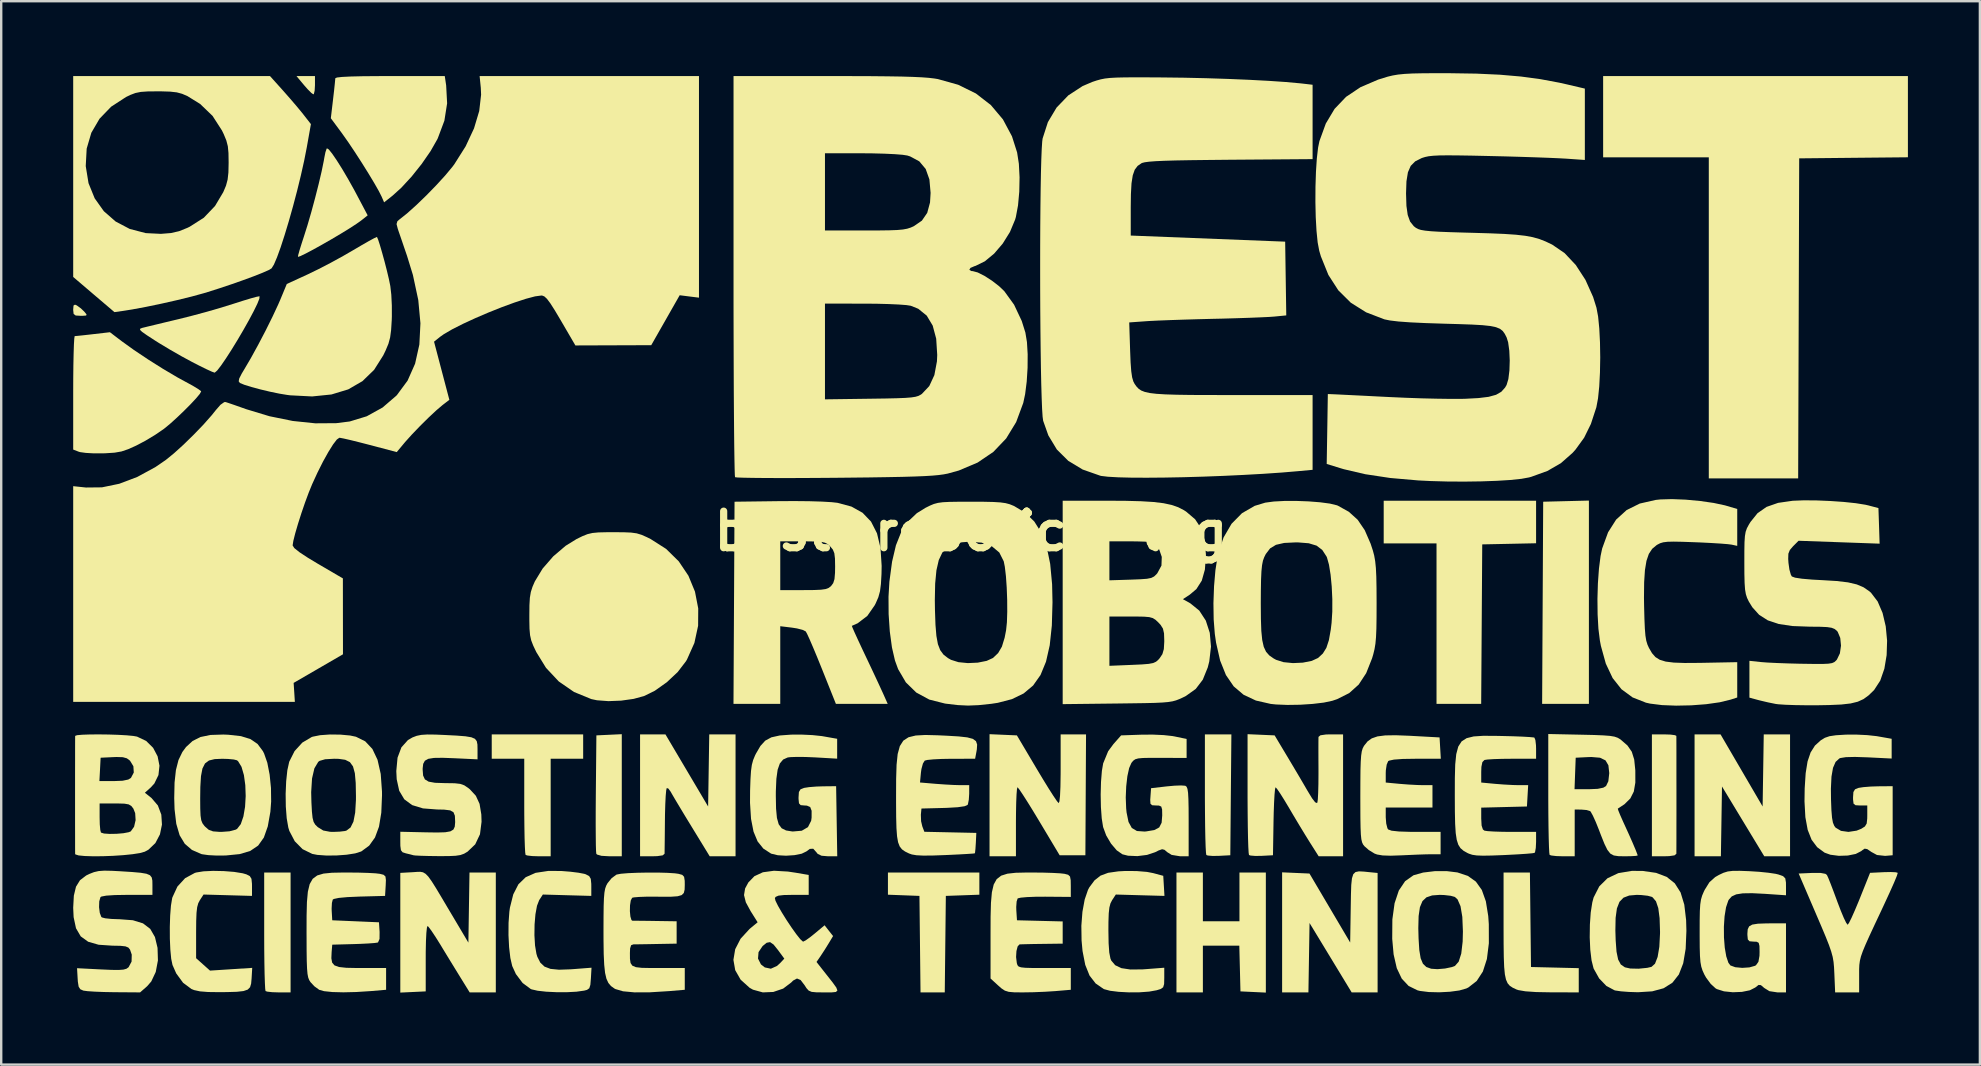
<source format=kicad_pcb>
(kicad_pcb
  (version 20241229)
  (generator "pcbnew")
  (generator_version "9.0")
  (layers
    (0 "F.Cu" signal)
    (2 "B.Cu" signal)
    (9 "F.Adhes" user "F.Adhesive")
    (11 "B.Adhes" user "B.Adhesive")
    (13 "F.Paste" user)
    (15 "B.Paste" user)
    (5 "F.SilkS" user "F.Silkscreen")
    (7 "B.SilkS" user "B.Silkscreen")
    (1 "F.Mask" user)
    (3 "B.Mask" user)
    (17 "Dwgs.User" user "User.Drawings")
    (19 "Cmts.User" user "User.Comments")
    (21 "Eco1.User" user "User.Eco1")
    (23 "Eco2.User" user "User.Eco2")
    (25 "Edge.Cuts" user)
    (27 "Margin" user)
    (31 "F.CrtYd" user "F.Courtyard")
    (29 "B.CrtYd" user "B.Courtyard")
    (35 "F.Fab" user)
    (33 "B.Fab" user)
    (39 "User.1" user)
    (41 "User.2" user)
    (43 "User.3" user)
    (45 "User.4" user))
  (footprint "best-robotics-logo"
    (layer "F.Cu")
    (at 38.1 19.085)
    (property "Reference" "best-robotics-logo" (at 0 0 0) (layer "F.SilkS") (effects (font (size 1.524 1.524) (thickness 0.3))))
    (attr board_only exclude_from_pos_files exclude_from_bom)
    (fp_poly (pts (xy 25.061 7.197) (xy 23.112 7.197) (xy 23.156 -1.228) (xy 24.109 -1.252) (xy 25.061 -1.276)) (stroke (width 0) (type solid)) (fill yes) (layer "F.SilkS"))
    (fp_poly (pts (xy -28.025 -18.584) (xy -28.038 -18.357) (xy -28.071 -18.221) (xy -28.091 -18.203) (xy -28.177 -18.263) (xy -28.332 -18.419) (xy -28.477 -18.584) (xy -28.795 -18.965) (xy -28.025 -18.965)) (stroke (width 0) (type solid)) (fill yes) (layer "F.SilkS"))
    (fp_poly (pts (xy -0.339 15.148) (xy -1.736 15.198) (xy -1.781 19.219) (xy -2.791 19.219) (xy -2.836 15.198) (xy -3.493 15.173) (xy -4.149 15.148) (xy -4.149 14.224) (xy -0.339 14.224)) (stroke (width 0) (type solid)) (fill yes) (layer "F.SilkS"))
    (fp_poly (pts (xy 22.86 0.503) (xy 21.738 0.527) (xy 20.616 0.55) (xy 20.594 3.873) (xy 20.572 7.197) (xy 18.711 7.197) (xy 18.711 0.508) (xy 16.51 0.508) (xy 16.51 -1.27) (xy 22.86 -1.27)) (stroke (width 0) (type solid)) (fill yes) (layer "F.SilkS"))
    (fp_poly (pts (xy 38.354 -15.581) (xy 36.089 -15.559) (xy 33.824 -15.536) (xy 33.803 -8.869) (xy 33.781 -2.201) (xy 30.057 -2.201) (xy 30.057 -15.579) (xy 25.654 -15.579) (xy 25.654 -18.965) (xy 38.354 -18.965)) (stroke (width 0) (type solid)) (fill yes) (layer "F.SilkS"))
    (fp_poly (pts (xy 32.3 11.472) (xy 32.347 8.467) (xy 33.443 8.467) (xy 33.443 13.547) (xy 32.368 13.547) (xy 31.487 12.093) (xy 30.607 10.639) (xy 30.584 12.093) (xy 30.561 13.547) (xy 29.464 13.547) (xy 29.464 8.467) (xy 30.546 8.467)) (stroke (width 0) (type solid)) (fill yes) (layer "F.SilkS"))
    (fp_poly (pts (xy -37.951 -9.409) (xy -37.78 -9.285) (xy -37.641 -9.152) (xy -37.544 -9.035) (xy -37.56 -8.986) (xy -37.713 -8.975) (xy -37.791 -8.975) (xy -37.995 -8.987) (xy -38.082 -9.053) (xy -38.1 -9.214) (xy -38.1 -9.232) (xy -38.086 -9.404) (xy -38.025 -9.44)) (stroke (width 0) (type solid)) (fill yes) (layer "F.SilkS"))
    (fp_poly (pts (xy 8.975 16.256) (xy 10.499 16.256) (xy 10.499 14.224) (xy 11.599 14.224) (xy 11.599 19.227) (xy 11.07 19.202) (xy 10.541 19.177) (xy 10.493 17.272) (xy 8.975 17.272) (xy 8.975 19.219) (xy 7.874 19.219) (xy 7.874 14.224) (xy 8.975 14.224)) (stroke (width 0) (type solid)) (fill yes) (layer "F.SilkS"))
    (fp_poly (pts (xy -29.041 19.219) (xy -29.535 19.219) (xy -29.81 19.21) (xy -30.013 19.187) (xy -30.085 19.163) (xy -30.099 19.067) (xy -30.112 18.823) (xy -30.124 18.454) (xy -30.133 17.981) (xy -30.139 17.425) (xy -30.141 16.809) (xy -30.141 16.665) (xy -30.141 14.224) (xy -29.041 14.224)) (stroke (width 0) (type solid)) (fill yes) (layer "F.SilkS"))
    (fp_poly (pts (xy -15.24 13.547) (xy -15.751 13.547) (xy -16.087 13.528) (xy -16.272 13.474) (xy -16.302 13.44) (xy -16.312 13.33) (xy -16.32 13.074) (xy -16.324 12.693) (xy -16.327 12.211) (xy -16.326 11.649) (xy -16.322 11.031) (xy -16.321 10.921) (xy -16.298 8.509) (xy -15.24 8.459)) (stroke (width 0) (type solid)) (fill yes) (layer "F.SilkS"))
    (fp_poly (pts (xy 10.14 10.986) (xy 10.118 13.504) (xy 9.649 13.529) (xy 9.38 13.533) (xy 9.183 13.516) (xy 9.119 13.494) (xy 9.104 13.397) (xy 9.09 13.152) (xy 9.078 12.782) (xy 9.069 12.307) (xy 9.063 11.748) (xy 9.059 11.129) (xy 9.059 10.95) (xy 9.059 8.467) (xy 10.163 8.467)) (stroke (width 0) (type solid)) (fill yes) (layer "F.SilkS"))
    (fp_poly (pts (xy -16.849 9.483) (xy -18.203 9.483) (xy -18.203 13.547) (xy -18.697 13.547) (xy -18.973 13.538) (xy -19.176 13.514) (xy -19.248 13.49) (xy -19.264 13.393) (xy -19.278 13.151) (xy -19.29 12.788) (xy -19.298 12.329) (xy -19.303 11.798) (xy -19.304 11.458) (xy -19.304 9.483) (xy -20.659 9.483) (xy -20.659 8.467) (xy -16.849 8.467)) (stroke (width 0) (type solid)) (fill yes) (layer "F.SilkS"))
    (fp_poly (pts (xy 15.682 14.185) (xy 15.896 14.207) (xy 16.256 14.242) (xy 16.256 19.219) (xy 15.175 19.219) (xy 14.298 17.774) (xy 13.42 16.328) (xy 13.373 19.219) (xy 12.277 19.219) (xy 12.277 14.216) (xy 12.847 14.241) (xy 13.417 14.266) (xy 14.265 15.703) (xy 15.113 17.14) (xy 15.136 15.692) (xy 15.145 15.143) (xy 15.158 14.741) (xy 15.187 14.466) (xy 15.242 14.294) (xy 15.336 14.204) (xy 15.479 14.175)) (stroke (width 0) (type solid)) (fill yes) (layer "F.SilkS"))
    (fp_poly (pts (xy 22.648 18.161) (xy 23.643 18.185) (xy 24.638 18.209) (xy 24.638 19.219) (xy 23.474 19.216) (xy 22.864 19.205) (xy 22.416 19.174) (xy 22.123 19.124) (xy 22.045 19.098) (xy 21.889 19.025) (xy 21.767 18.946) (xy 21.674 18.839) (xy 21.606 18.685) (xy 21.559 18.465) (xy 21.53 18.158) (xy 21.514 17.744) (xy 21.507 17.203) (xy 21.505 16.516) (xy 21.505 16.406) (xy 21.505 14.224) (xy 22.603 14.224)) (stroke (width 0) (type solid)) (fill yes) (layer "F.SilkS"))
    (fp_poly (pts (xy 28.463 8.476) (xy 28.648 8.501) (xy 28.705 8.53) (xy 28.706 8.632) (xy 28.707 8.876) (xy 28.708 9.237) (xy 28.708 9.688) (xy 28.708 10.202) (xy 28.709 10.754) (xy 28.709 11.317) (xy 28.709 11.864) (xy 28.708 12.37) (xy 28.708 12.807) (xy 28.707 13.149) (xy 28.706 13.37) (xy 28.706 13.441) (xy 28.63 13.508) (xy 28.404 13.541) (xy 28.194 13.547) (xy 27.686 13.547) (xy 27.686 8.467) (xy 28.194 8.467)) (stroke (width 0) (type solid)) (fill yes) (layer "F.SilkS"))
    (fp_poly (pts (xy -10.499 13.547) (xy -11.576 13.547) (xy -12.34 12.298) (xy -12.599 11.874) (xy -12.831 11.488) (xy -13.022 11.169) (xy -13.153 10.945) (xy -13.203 10.856) (xy -13.298 10.726) (xy -13.366 10.703) (xy -13.389 10.798) (xy -13.41 11.031) (xy -13.427 11.373) (xy -13.439 11.795) (xy -13.442 12.039) (xy -13.446 12.496) (xy -13.45 12.897) (xy -13.454 13.209) (xy -13.456 13.4) (xy -13.457 13.441) (xy -13.534 13.508) (xy -13.762 13.541) (xy -13.97 13.547) (xy -14.478 13.547) (xy -14.478 8.467) (xy -13.949 8.467) (xy -13.42 8.468) (xy -12.531 9.97) (xy -11.642 11.472) (xy -11.595 8.467) (xy -10.499 8.467)) (stroke (width 0) (type solid)) (fill yes) (layer "F.SilkS"))
    (fp_poly (pts (xy -27.449 -15.907) (xy -27.309 -15.733) (xy -27.118 -15.454) (xy -26.891 -15.094) (xy -26.644 -14.674) (xy -26.389 -14.218) (xy -26.299 -14.049) (xy -25.829 -13.161) (xy -26.101 -12.945) (xy -26.301 -12.803) (xy -26.594 -12.613) (xy -26.951 -12.394) (xy -27.341 -12.163) (xy -27.735 -11.937) (xy -28.101 -11.734) (xy -28.411 -11.57) (xy -28.633 -11.463) (xy -28.734 -11.43) (xy -28.724 -11.505) (xy -28.668 -11.706) (xy -28.576 -12.003) (xy -28.484 -12.284) (xy -28.337 -12.75) (xy -28.177 -13.3) (xy -28.018 -13.889) (xy -27.87 -14.471) (xy -27.746 -15) (xy -27.658 -15.431) (xy -27.636 -15.559) (xy -27.59 -15.788) (xy -27.541 -15.934) (xy -27.525 -15.954)) (stroke (width 0) (type solid)) (fill yes) (layer "F.SilkS"))
    (fp_poly (pts (xy -22.558 -18.576) (xy -22.518 -17.83) (xy -22.632 -17.106) (xy -22.906 -16.376) (xy -22.928 -16.329) (xy -23.209 -15.836) (xy -23.579 -15.302) (xy -23.998 -14.777) (xy -24.428 -14.311) (xy -24.794 -13.98) (xy -25.144 -13.703) (xy -25.248 -13.943) (xy -25.365 -14.174) (xy -25.557 -14.511) (xy -25.802 -14.917) (xy -26.078 -15.359) (xy -26.364 -15.801) (xy -26.637 -16.209) (xy -26.877 -16.549) (xy -26.898 -16.579) (xy -27.364 -17.208) (xy -27.271 -17.995) (xy -27.23 -18.349) (xy -27.199 -18.642) (xy -27.181 -18.831) (xy -27.178 -18.874) (xy -27.109 -18.905) (xy -26.897 -18.929) (xy -26.536 -18.947) (xy -26.021 -18.959) (xy -25.346 -18.964) (xy -24.897 -18.965) (xy -22.616 -18.965)) (stroke (width 0) (type solid)) (fill yes) (layer "F.SilkS"))
    (fp_poly (pts (xy 1.225 8.509) (xy 2.053 9.906) (xy 2.315 10.342) (xy 2.551 10.726) (xy 2.748 11.034) (xy 2.89 11.243) (xy 2.962 11.33) (xy 2.964 11.331) (xy 2.997 11.261) (xy 3.022 11.031) (xy 3.039 10.653) (xy 3.047 10.136) (xy 3.048 9.913) (xy 3.048 8.467) (xy 3.577 8.467) (xy 4.106 8.467) (xy 4.079 13.504) (xy 3.006 13.504) (xy 2.159 12.088) (xy 1.895 11.651) (xy 1.658 11.269) (xy 1.462 10.963) (xy 1.322 10.757) (xy 1.252 10.671) (xy 1.249 10.67) (xy 1.228 10.749) (xy 1.21 10.971) (xy 1.196 11.306) (xy 1.188 11.729) (xy 1.185 12.107) (xy 1.185 13.547) (xy 0.085 13.547) (xy 0.085 8.459)) (stroke (width 0) (type solid)) (fill yes) (layer "F.SilkS"))
    (fp_poly (pts (xy -23.524 14.214) (xy -23.416 14.277) (xy -23.299 14.397) (xy -23.159 14.593) (xy -22.978 14.88) (xy -22.741 15.276) (xy -22.433 15.797) (xy -22.386 15.875) (xy -21.632 17.145) (xy -21.586 14.224) (xy -20.489 14.224) (xy -20.489 19.219) (xy -21.578 19.219) (xy -21.958 18.605) (xy -22.178 18.247) (xy -22.442 17.817) (xy -22.703 17.389) (xy -22.796 17.234) (xy -22.994 16.918) (xy -23.164 16.662) (xy -23.287 16.496) (xy -23.333 16.451) (xy -23.36 16.522) (xy -23.383 16.739) (xy -23.4 17.08) (xy -23.409 17.521) (xy -23.41 17.801) (xy -23.41 19.177) (xy -23.939 19.202) (xy -24.469 19.227) (xy -24.469 14.239) (xy -23.951 14.21) (xy -23.776 14.198) (xy -23.638 14.194)) (stroke (width 0) (type solid)) (fill yes) (layer "F.SilkS"))
    (fp_poly (pts (xy -30.334 -9.788) (xy -30.343 -9.687) (xy -30.43 -9.47) (xy -30.58 -9.164) (xy -30.777 -8.794) (xy -31.006 -8.387) (xy -31.252 -7.968) (xy -31.5 -7.564) (xy -31.734 -7.2) (xy -31.939 -6.902) (xy -32.099 -6.696) (xy -32.2 -6.608) (xy -32.209 -6.607) (xy -32.317 -6.645) (xy -32.54 -6.747) (xy -32.845 -6.897) (xy -33.147 -7.052) (xy -33.592 -7.293) (xy -34.077 -7.571) (xy -34.524 -7.84) (xy -34.709 -7.957) (xy -35.031 -8.167) (xy -35.227 -8.304) (xy -35.314 -8.388) (xy -35.309 -8.437) (xy -35.228 -8.47) (xy -35.175 -8.483) (xy -35.005 -8.525) (xy -34.706 -8.597) (xy -34.317 -8.691) (xy -33.874 -8.797) (xy -33.697 -8.839) (xy -33.142 -8.979) (xy -32.53 -9.144) (xy -31.935 -9.316) (xy -31.431 -9.473) (xy -31.419 -9.477) (xy -31.025 -9.603) (xy -30.694 -9.703) (xy -30.455 -9.768) (xy -30.339 -9.789)) (stroke (width 0) (type solid)) (fill yes) (layer "F.SilkS"))
    (fp_poly (pts (xy -36.086 -7.923) (xy -35.576 -7.556) (xy -34.978 -7.156) (xy -34.352 -6.761) (xy -33.757 -6.41) (xy -33.415 -6.223) (xy -33.123 -6.064) (xy -32.899 -5.929) (xy -32.779 -5.841) (xy -32.767 -5.824) (xy -32.825 -5.72) (xy -32.982 -5.532) (xy -33.212 -5.286) (xy -33.487 -5.01) (xy -33.779 -4.731) (xy -34.061 -4.476) (xy -34.307 -4.274) (xy -34.321 -4.263) (xy -34.671 -4.023) (xy -35.086 -3.772) (xy -35.472 -3.568) (xy -35.811 -3.416) (xy -36.088 -3.322) (xy -36.375 -3.272) (xy -36.742 -3.248) (xy -36.869 -3.243) (xy -37.242 -3.243) (xy -37.574 -3.262) (xy -37.813 -3.295) (xy -37.867 -3.311) (xy -38.1 -3.401) (xy -38.1 -5.764) (xy -38.098 -6.377) (xy -38.092 -6.931) (xy -38.082 -7.405) (xy -38.07 -7.776) (xy -38.055 -8.024) (xy -38.039 -8.127) (xy -38.036 -8.129) (xy -37.928 -8.138) (xy -37.695 -8.162) (xy -37.382 -8.197) (xy -37.271 -8.21) (xy -36.569 -8.291)) (stroke (width 0) (type solid)) (fill yes) (layer "F.SilkS"))
    (fp_poly (pts (xy -15.155 0.045) (xy -14.85 0.058) (xy -14.619 0.09) (xy -14.417 0.151) (xy -14.197 0.248) (xy -14.036 0.328) (xy -13.392 0.739) (xy -12.866 1.256) (xy -12.463 1.856) (xy -12.19 2.518) (xy -12.054 3.22) (xy -12.059 3.94) (xy -12.214 4.657) (xy -12.523 5.348) (xy -12.565 5.419) (xy -12.908 5.867) (xy -13.36 6.292) (xy -13.862 6.648) (xy -14.305 6.867) (xy -14.746 6.988) (xy -15.265 7.061) (xy -15.796 7.082) (xy -16.274 7.046) (xy -16.51 6.996) (xy -17.231 6.7) (xy -17.865 6.262) (xy -18.397 5.695) (xy -18.801 5.039) (xy -18.93 4.768) (xy -19.014 4.55) (xy -19.062 4.333) (xy -19.085 4.067) (xy -19.092 3.703) (xy -19.092 3.515) (xy -19.088 3.084) (xy -19.07 2.773) (xy -19.03 2.535) (xy -18.961 2.319) (xy -18.863 2.093) (xy -18.539 1.559) (xy -18.095 1.048) (xy -17.577 0.607) (xy -17.127 0.329) (xy -16.874 0.205) (xy -16.668 0.123) (xy -16.463 0.075) (xy -16.21 0.051) (xy -15.864 0.043) (xy -15.583 0.042)) (stroke (width 0) (type solid)) (fill yes) (layer "F.SilkS"))
    (fp_poly (pts (xy -31.823 14.164) (xy -31.391 14.198) (xy -31.034 14.256) (xy -30.882 14.3) (xy -30.74 14.373) (xy -30.671 14.486) (xy -30.65 14.694) (xy -30.649 14.793) (xy -30.649 15.198) (xy -32.668 15.141) (xy -32.823 15.378) (xy -32.889 15.505) (xy -32.934 15.669) (xy -32.961 15.904) (xy -32.974 16.243) (xy -32.978 16.704) (xy -32.978 17.794) (xy -32.688 18.053) (xy -32.399 18.311) (xy -31.52 18.254) (xy -30.64 18.197) (xy -30.666 18.641) (xy -30.685 18.853) (xy -30.73 19.004) (xy -30.828 19.103) (xy -31.003 19.163) (xy -31.28 19.194) (xy -31.687 19.206) (xy -32.004 19.209) (xy -32.477 19.203) (xy -32.817 19.176) (xy -33.06 19.123) (xy -33.174 19.077) (xy -33.521 18.818) (xy -33.807 18.427) (xy -33.962 18.076) (xy -34.016 17.818) (xy -34.052 17.438) (xy -34.072 16.98) (xy -34.074 16.492) (xy -34.059 16.019) (xy -34.027 15.607) (xy -33.977 15.301) (xy -33.966 15.26) (xy -33.757 14.809) (xy -33.437 14.46) (xy -33.033 14.241) (xy -32.974 14.223) (xy -32.673 14.174) (xy -32.27 14.155)) (stroke (width 0) (type solid)) (fill yes) (layer "F.SilkS"))
    (fp_poly (pts (xy 6.207 14.162) (xy 6.644 14.198) (xy 6.9 14.247) (xy 7.324 14.361) (xy 7.374 15.198) (xy 6.36 15.17) (xy 5.347 15.141) (xy 5.192 15.377) (xy 5.124 15.509) (xy 5.079 15.681) (xy 5.052 15.926) (xy 5.04 16.281) (xy 5.038 16.641) (xy 5.047 17.175) (xy 5.074 17.558) (xy 5.123 17.809) (xy 5.157 17.892) (xy 5.321 18.086) (xy 5.58 18.209) (xy 5.954 18.265) (xy 6.463 18.26) (xy 6.615 18.249) (xy 7.366 18.191) (xy 7.366 18.616) (xy 7.36 18.87) (xy 7.319 19.007) (xy 7.211 19.08) (xy 7.048 19.13) (xy 6.736 19.186) (xy 6.335 19.215) (xy 5.896 19.218) (xy 5.47 19.196) (xy 5.106 19.151) (xy 4.856 19.084) (xy 4.841 19.077) (xy 4.506 18.846) (xy 4.252 18.517) (xy 4.073 18.071) (xy 3.96 17.493) (xy 3.92 17.055) (xy 3.911 16.442) (xy 3.956 15.86) (xy 4.05 15.348) (xy 4.187 14.948) (xy 4.245 14.839) (xy 4.46 14.55) (xy 4.707 14.355) (xy 5.025 14.236) (xy 5.452 14.175) (xy 5.711 14.161)) (stroke (width 0) (type solid)) (fill yes) (layer "F.SilkS"))
    (fp_poly (pts (xy -25.394 -12.153) (xy -25.318 -11.919) (xy -25.225 -11.599) (xy -25.124 -11.232) (xy -25.028 -10.857) (xy -24.946 -10.512) (xy -24.89 -10.238) (xy -24.885 -10.212) (xy -24.844 -9.854) (xy -24.822 -9.406) (xy -24.821 -8.947) (xy -24.826 -8.794) (xy -24.852 -8.38) (xy -24.893 -8.073) (xy -24.964 -7.81) (xy -25.081 -7.53) (xy -25.179 -7.327) (xy -25.561 -6.723) (xy -26.048 -6.251) (xy -26.639 -5.909) (xy -27.338 -5.697) (xy -28.144 -5.615) (xy -29.058 -5.662) (xy -29.183 -5.678) (xy -29.51 -5.732) (xy -29.897 -5.812) (xy -30.299 -5.908) (xy -30.672 -6.009) (xy -30.97 -6.101) (xy -31.149 -6.175) (xy -31.153 -6.178) (xy -31.203 -6.244) (xy -31.181 -6.363) (xy -31.077 -6.567) (xy -30.97 -6.746) (xy -30.697 -7.211) (xy -30.392 -7.766) (xy -30.082 -8.358) (xy -29.795 -8.937) (xy -29.556 -9.449) (xy -29.465 -9.659) (xy -29.199 -10.301) (xy -28.316 -10.707) (xy -27.878 -10.92) (xy -27.365 -11.186) (xy -26.846 -11.471) (xy -26.45 -11.7) (xy -26.089 -11.912) (xy -25.784 -12.087) (xy -25.561 -12.208) (xy -25.449 -12.26) (xy -25.442 -12.261)) (stroke (width 0) (type solid)) (fill yes) (layer "F.SilkS"))
    (fp_poly (pts (xy 37.848 14.213) (xy 37.931 14.237) (xy 37.931 14.238) (xy 37.893 14.365) (xy 37.78 14.639) (xy 37.593 15.058) (xy 37.334 15.619) (xy 37.254 15.79) (xy 36.972 16.389) (xy 36.754 16.858) (xy 36.591 17.221) (xy 36.475 17.5) (xy 36.398 17.719) (xy 36.353 17.902) (xy 36.33 18.073) (xy 36.322 18.254) (xy 36.322 18.469) (xy 36.322 18.51) (xy 36.322 19.219) (xy 35.322 19.219) (xy 35.289 18.436) (xy 35.276 18.174) (xy 35.256 17.952) (xy 35.22 17.742) (xy 35.158 17.515) (xy 35.064 17.243) (xy 34.927 16.897) (xy 34.739 16.449) (xy 34.529 15.96) (xy 33.802 14.266) (xy 34.356 14.241) (xy 34.71 14.24) (xy 34.916 14.278) (xy 34.979 14.326) (xy 35.034 14.444) (xy 35.132 14.688) (xy 35.259 15.021) (xy 35.403 15.409) (xy 35.41 15.43) (xy 35.553 15.805) (xy 35.681 16.112) (xy 35.782 16.32) (xy 35.843 16.4) (xy 35.846 16.4) (xy 35.903 16.317) (xy 36.008 16.105) (xy 36.146 15.794) (xy 36.305 15.415) (xy 36.349 15.306) (xy 36.777 14.237) (xy 37.354 14.209) (xy 37.641 14.203)) (stroke (width 0) (type solid)) (fill yes) (layer "F.SilkS"))
    (fp_poly (pts (xy -17.759 14.16) (xy -17.383 14.19) (xy -17.046 14.232) (xy -16.804 14.278) (xy -16.743 14.297) (xy -16.6 14.372) (xy -16.532 14.487) (xy -16.511 14.697) (xy -16.51 14.793) (xy -16.51 15.198) (xy -17.519 15.17) (xy -18.529 15.141) (xy -18.682 15.375) (xy -18.773 15.61) (xy -18.838 15.964) (xy -18.874 16.389) (xy -18.88 16.838) (xy -18.855 17.262) (xy -18.796 17.614) (xy -18.758 17.737) (xy -18.634 17.98) (xy -18.461 18.144) (xy -18.211 18.239) (xy -17.856 18.274) (xy -17.371 18.257) (xy -17.257 18.249) (xy -16.501 18.19) (xy -16.527 18.641) (xy -16.549 18.904) (xy -16.594 19.046) (xy -16.689 19.114) (xy -16.806 19.145) (xy -17.128 19.19) (xy -17.53 19.211) (xy -17.965 19.21) (xy -18.387 19.19) (xy -18.746 19.15) (xy -18.996 19.093) (xy -19.035 19.077) (xy -19.372 18.827) (xy -19.653 18.454) (xy -19.806 18.119) (xy -19.883 17.786) (xy -19.935 17.34) (xy -19.961 16.833) (xy -19.958 16.319) (xy -19.924 15.853) (xy -19.901 15.687) (xy -19.762 15.134) (xy -19.548 14.715) (xy -19.243 14.419) (xy -18.832 14.237) (xy -18.301 14.157)) (stroke (width 0) (type solid)) (fill yes) (layer "F.SilkS"))
    (fp_poly (pts (xy 11.401 8.484) (xy 11.965 8.509) (xy 12.472 9.356) (xy 12.721 9.773) (xy 12.983 10.215) (xy 13.218 10.616) (xy 13.337 10.821) (xy 13.526 11.131) (xy 13.654 11.297) (xy 13.729 11.328) (xy 13.747 11.303) (xy 13.765 11.173) (xy 13.779 10.908) (xy 13.789 10.541) (xy 13.792 10.107) (xy 13.792 9.923) (xy 13.79 9.475) (xy 13.789 9.083) (xy 13.79 8.782) (xy 13.792 8.603) (xy 13.793 8.572) (xy 13.874 8.505) (xy 14.109 8.471) (xy 14.309 8.467) (xy 14.817 8.467) (xy 14.817 13.547) (xy 13.8 13.547) (xy 13.437 12.975) (xy 13.239 12.656) (xy 12.992 12.25) (xy 12.734 11.818) (xy 12.57 11.539) (xy 12.368 11.202) (xy 12.194 10.925) (xy 12.066 10.739) (xy 12.004 10.671) (xy 11.982 10.75) (xy 11.961 10.971) (xy 11.942 11.306) (xy 11.927 11.727) (xy 11.919 12.086) (xy 11.896 13.504) (xy 11.427 13.529) (xy 11.158 13.533) (xy 10.961 13.516) (xy 10.897 13.494) (xy 10.882 13.397) (xy 10.868 13.152) (xy 10.856 12.782) (xy 10.847 12.306) (xy 10.841 11.748) (xy 10.837 11.128) (xy 10.837 10.946) (xy 10.837 8.459)) (stroke (width 0) (type solid)) (fill yes) (layer "F.SilkS"))
    (fp_poly (pts (xy 2.322 14.228) (xy 2.715 14.24) (xy 3.025 14.257) (xy 3.207 14.277) (xy 3.36 14.317) (xy 3.438 14.39) (xy 3.467 14.543) (xy 3.471 14.785) (xy 3.471 15.24) (xy 2.405 15.231) (xy 1.993 15.234) (xy 1.642 15.248) (xy 1.386 15.271) (xy 1.26 15.301) (xy 1.257 15.304) (xy 1.214 15.431) (xy 1.197 15.661) (xy 1.201 15.8) (xy 1.228 16.214) (xy 2.18 16.238) (xy 3.133 16.262) (xy 3.133 17.187) (xy 2.286 17.198) (xy 1.916 17.203) (xy 1.605 17.21) (xy 1.395 17.216) (xy 1.333 17.219) (xy 1.256 17.303) (xy 1.206 17.497) (xy 1.191 17.746) (xy 1.221 17.993) (xy 1.223 18.003) (xy 1.249 18.085) (xy 1.298 18.141) (xy 1.399 18.175) (xy 1.579 18.194) (xy 1.867 18.202) (xy 2.292 18.203) (xy 2.372 18.203) (xy 3.471 18.203) (xy 3.471 19.11) (xy 2.824 19.165) (xy 2.4 19.192) (xy 1.913 19.212) (xy 1.468 19.219) (xy 1.117 19.216) (xy 0.886 19.196) (xy 0.724 19.146) (xy 0.582 19.052) (xy 0.443 18.93) (xy 0.127 18.64) (xy 0.127 16.783) (xy 0.129 16.059) (xy 0.144 15.486) (xy 0.183 15.046) (xy 0.259 14.723) (xy 0.384 14.498) (xy 0.571 14.354) (xy 0.831 14.272) (xy 1.177 14.234) (xy 1.621 14.224) (xy 1.89 14.224)) (stroke (width 0) (type solid)) (fill yes) (layer "F.SilkS"))
    (fp_poly (pts (xy 17.583 8.525) (xy 17.635 8.528) (xy 18.838 8.594) (xy 18.89 9.483) (xy 17.844 9.483) (xy 17.307 9.491) (xy 16.937 9.518) (xy 16.732 9.562) (xy 16.696 9.584) (xy 16.635 9.726) (xy 16.599 9.964) (xy 16.595 10.08) (xy 16.595 10.474) (xy 17.166 10.528) (xy 17.537 10.557) (xy 17.91 10.577) (xy 18.14 10.583) (xy 18.542 10.583) (xy 18.542 11.515) (xy 16.595 11.515) (xy 16.595 11.921) (xy 16.615 12.183) (xy 16.665 12.379) (xy 16.696 12.429) (xy 16.839 12.481) (xy 17.146 12.514) (xy 17.62 12.529) (xy 17.839 12.531) (xy 18.881 12.531) (xy 18.881 13.462) (xy 18.513 13.462) (xy 18.268 13.466) (xy 17.912 13.478) (xy 17.501 13.496) (xy 17.264 13.507) (xy 16.798 13.523) (xy 16.467 13.512) (xy 16.236 13.473) (xy 16.129 13.434) (xy 15.889 13.287) (xy 15.706 13.126) (xy 15.65 13.054) (xy 15.609 12.965) (xy 15.578 12.834) (xy 15.558 12.639) (xy 15.546 12.357) (xy 15.539 11.965) (xy 15.537 11.441) (xy 15.536 11.058) (xy 15.538 10.436) (xy 15.542 9.961) (xy 15.553 9.609) (xy 15.57 9.356) (xy 15.596 9.178) (xy 15.633 9.053) (xy 15.682 8.958) (xy 15.691 8.943) (xy 15.835 8.762) (xy 16.012 8.634) (xy 16.249 8.552) (xy 16.572 8.51) (xy 17.008 8.503)) (stroke (width 0) (type solid)) (fill yes) (layer "F.SilkS"))
    (fp_poly (pts (xy 19.582 14.22) (xy 20.015 14.364) (xy 20.351 14.603) (xy 20.599 14.951) (xy 20.767 15.424) (xy 20.866 16.035) (xy 20.89 16.375) (xy 20.892 17.173) (xy 20.81 17.829) (xy 20.642 18.35) (xy 20.386 18.743) (xy 20.039 19.013) (xy 19.955 19.055) (xy 19.666 19.138) (xy 19.27 19.192) (xy 18.824 19.215) (xy 18.388 19.204) (xy 18.021 19.158) (xy 17.917 19.132) (xy 17.548 18.95) (xy 17.262 18.645) (xy 17.055 18.21) (xy 16.923 17.635) (xy 16.865 16.987) (xy 16.868 16.542) (xy 17.952 16.542) (xy 17.963 16.97) (xy 17.993 17.454) (xy 18.05 17.797) (xy 18.144 18.023) (xy 18.286 18.16) (xy 18.487 18.233) (xy 18.747 18.251) (xy 19.066 18.224) (xy 19.356 18.163) (xy 19.48 18.115) (xy 19.635 17.938) (xy 19.742 17.601) (xy 19.8 17.105) (xy 19.811 16.679) (xy 19.786 16.072) (xy 19.711 15.627) (xy 19.586 15.342) (xy 19.475 15.241) (xy 19.303 15.193) (xy 19.033 15.162) (xy 18.844 15.155) (xy 18.528 15.178) (xy 18.291 15.258) (xy 18.125 15.415) (xy 18.019 15.669) (xy 17.965 16.038) (xy 17.952 16.542) (xy 16.868 16.542) (xy 16.871 16.177) (xy 16.963 15.505) (xy 17.14 14.974) (xy 17.402 14.585) (xy 17.746 14.342) (xy 17.764 14.334) (xy 18.154 14.225) (xy 18.637 14.167) (xy 19.144 14.166)) (stroke (width 0) (type solid)) (fill yes) (layer "F.SilkS"))
    (fp_poly (pts (xy -26.204 14.228) (xy -25.811 14.24) (xy -25.501 14.257) (xy -25.322 14.278) (xy -25.165 14.318) (xy -25.088 14.389) (xy -25.069 14.538) (xy -25.078 14.765) (xy -25.104 15.198) (xy -26.161 15.226) (xy -26.668 15.248) (xy -27.03 15.281) (xy -27.238 15.325) (xy -27.284 15.353) (xy -27.319 15.493) (xy -27.331 15.728) (xy -27.327 15.833) (xy -27.305 16.214) (xy -26.331 16.256) (xy -25.358 16.298) (xy -25.332 16.701) (xy -25.335 16.991) (xy -25.395 17.131) (xy -25.416 17.143) (xy -25.543 17.161) (xy -25.799 17.18) (xy -26.141 17.197) (xy -26.416 17.206) (xy -27.305 17.23) (xy -27.331 17.544) (xy -27.342 17.797) (xy -27.31 17.976) (xy -27.212 18.093) (xy -27.023 18.161) (xy -26.72 18.194) (xy -26.278 18.203) (xy -26.117 18.203) (xy -25.061 18.203) (xy -25.061 19.11) (xy -25.709 19.165) (xy -26.301 19.203) (xy -26.841 19.216) (xy -27.299 19.204) (xy -27.646 19.168) (xy -27.847 19.112) (xy -28.049 18.965) (xy -28.212 18.79) (xy -28.266 18.705) (xy -28.307 18.598) (xy -28.336 18.446) (xy -28.355 18.225) (xy -28.367 17.912) (xy -28.373 17.483) (xy -28.375 16.914) (xy -28.376 16.74) (xy -28.374 16.022) (xy -28.36 15.456) (xy -28.321 15.023) (xy -28.245 14.706) (xy -28.119 14.486) (xy -27.931 14.346) (xy -27.668 14.268) (xy -27.318 14.233) (xy -26.869 14.224) (xy -26.634 14.224)) (stroke (width 0) (type solid)) (fill yes) (layer "F.SilkS"))
    (fp_poly (pts (xy 27.305 14.158) (xy 27.861 14.238) (xy 28.303 14.406) (xy 28.64 14.674) (xy 28.882 15.056) (xy 29.036 15.563) (xy 29.112 16.207) (xy 29.124 16.654) (xy 29.093 17.403) (xy 28.991 18.006) (xy 28.809 18.474) (xy 28.539 18.817) (xy 28.172 19.047) (xy 27.699 19.175) (xy 27.112 19.212) (xy 27.097 19.212) (xy 26.73 19.2) (xy 26.401 19.175) (xy 26.167 19.141) (xy 26.128 19.131) (xy 25.789 18.95) (xy 25.488 18.637) (xy 25.262 18.233) (xy 25.253 18.21) (xy 25.171 17.883) (xy 25.118 17.439) (xy 25.095 16.925) (xy 25.099 16.642) (xy 26.164 16.642) (xy 26.177 17.058) (xy 26.212 17.525) (xy 26.279 17.849) (xy 26.391 18.057) (xy 26.561 18.174) (xy 26.785 18.224) (xy 27.13 18.232) (xy 27.49 18.196) (xy 27.669 18.155) (xy 27.815 18.024) (xy 27.925 17.741) (xy 27.996 17.319) (xy 28.024 16.772) (xy 28.025 16.695) (xy 28.007 16.126) (xy 27.952 15.707) (xy 27.856 15.423) (xy 27.714 15.257) (xy 27.683 15.238) (xy 27.513 15.192) (xy 27.246 15.162) (xy 27.057 15.155) (xy 26.741 15.182) (xy 26.503 15.272) (xy 26.335 15.445) (xy 26.228 15.719) (xy 26.174 16.112) (xy 26.164 16.642) (xy 25.099 16.642) (xy 25.102 16.393) (xy 25.137 15.89) (xy 25.203 15.466) (xy 25.257 15.265) (xy 25.493 14.801) (xy 25.835 14.463) (xy 26.287 14.249) (xy 26.854 14.155)) (stroke (width 0) (type solid)) (fill yes) (layer "F.SilkS"))
    (fp_poly (pts (xy 21.154 8.529) (xy 21.45 8.535) (xy 21.899 8.546) (xy 22.288 8.561) (xy 22.585 8.578) (xy 22.76 8.595) (xy 22.79 8.603) (xy 22.831 8.706) (xy 22.856 8.919) (xy 22.86 9.064) (xy 22.86 9.483) (xy 21.851 9.483) (xy 21.444 9.487) (xy 21.091 9.498) (xy 20.832 9.515) (xy 20.708 9.534) (xy 20.622 9.622) (xy 20.581 9.821) (xy 20.574 10.03) (xy 20.574 10.474) (xy 21.145 10.528) (xy 21.518 10.557) (xy 21.892 10.577) (xy 22.124 10.583) (xy 22.53 10.583) (xy 22.479 11.472) (xy 21.526 11.496) (xy 20.574 11.52) (xy 20.574 11.974) (xy 20.59 12.268) (xy 20.643 12.428) (xy 20.708 12.479) (xy 20.842 12.499) (xy 21.107 12.516) (xy 21.463 12.527) (xy 21.851 12.531) (xy 22.86 12.531) (xy 22.86 12.949) (xy 22.848 13.198) (xy 22.818 13.367) (xy 22.797 13.405) (xy 22.693 13.422) (xy 22.453 13.443) (xy 22.107 13.466) (xy 21.687 13.488) (xy 21.505 13.497) (xy 21.006 13.516) (xy 20.644 13.522) (xy 20.386 13.512) (xy 20.202 13.485) (xy 20.06 13.438) (xy 19.998 13.409) (xy 19.836 13.317) (xy 19.711 13.21) (xy 19.619 13.066) (xy 19.554 12.864) (xy 19.511 12.582) (xy 19.487 12.197) (xy 19.476 11.688) (xy 19.473 11.032) (xy 19.473 11.003) (xy 19.475 10.286) (xy 19.49 9.721) (xy 19.533 9.291) (xy 19.617 8.976) (xy 19.756 8.76) (xy 19.966 8.625) (xy 20.259 8.553) (xy 20.65 8.527)) (stroke (width 0) (type solid)) (fill yes) (layer "F.SilkS"))
    (fp_poly (pts (xy -2.077 8.505) (xy -1.71 8.522) (xy -1.203 8.552) (xy -0.844 8.592) (xy -0.61 8.654) (xy -0.48 8.75) (xy -0.432 8.891) (xy -0.444 9.089) (xy -0.462 9.195) (xy -0.516 9.483) (xy -1.507 9.484) (xy -1.908 9.491) (xy -2.253 9.508) (xy -2.502 9.532) (xy -2.615 9.56) (xy -2.691 9.682) (xy -2.753 9.91) (xy -2.773 10.053) (xy -2.813 10.472) (xy -2.156 10.528) (xy -1.779 10.555) (xy -1.414 10.575) (xy -1.138 10.583) (xy -1.13 10.583) (xy -0.762 10.583) (xy -0.763 10.943) (xy -0.779 11.192) (xy -0.815 11.374) (xy -0.83 11.406) (xy -0.953 11.461) (xy -1.242 11.503) (xy -1.691 11.529) (xy -1.823 11.533) (xy -2.752 11.557) (xy -2.777 11.816) (xy -2.767 12.087) (xy -2.717 12.3) (xy -2.631 12.526) (xy -0.466 12.573) (xy -0.486 12.988) (xy -0.502 13.232) (xy -0.519 13.392) (xy -0.528 13.424) (xy -0.616 13.435) (xy -0.843 13.45) (xy -1.177 13.469) (xy -1.59 13.489) (xy -1.778 13.497) (xy -2.302 13.516) (xy -2.686 13.518) (xy -2.96 13.504) (xy -3.153 13.471) (xy -3.27 13.43) (xy -3.436 13.348) (xy -3.564 13.258) (xy -3.659 13.137) (xy -3.726 12.963) (xy -3.769 12.716) (xy -3.794 12.373) (xy -3.806 11.912) (xy -3.81 11.311) (xy -3.81 11.051) (xy -3.807 10.316) (xy -3.789 9.732) (xy -3.743 9.285) (xy -3.653 8.956) (xy -3.508 8.729) (xy -3.291 8.587) (xy -2.99 8.514) (xy -2.59 8.492)) (stroke (width 0) (type solid)) (fill yes) (layer "F.SilkS"))
    (fp_poly (pts (xy 29.094 -1.314) (xy 29.695 -1.258) (xy 30.261 -1.177) (xy 30.732 -1.076) (xy 30.797 -1.057) (xy 31.242 -0.925) (xy 31.242 0.612) (xy 31.009 0.561) (xy 30.845 0.54) (xy 30.547 0.516) (xy 30.152 0.492) (xy 29.696 0.469) (xy 29.464 0.46) (xy 28.96 0.442) (xy 28.595 0.435) (xy 28.339 0.441) (xy 28.16 0.463) (xy 28.029 0.502) (xy 27.915 0.561) (xy 27.88 0.583) (xy 27.698 0.735) (xy 27.559 0.946) (xy 27.46 1.235) (xy 27.396 1.622) (xy 27.363 2.128) (xy 27.356 2.772) (xy 27.361 3.115) (xy 27.375 3.655) (xy 27.392 4.056) (xy 27.416 4.348) (xy 27.451 4.562) (xy 27.501 4.727) (xy 27.565 4.868) (xy 27.691 5.083) (xy 27.832 5.245) (xy 28.014 5.359) (xy 28.261 5.434) (xy 28.598 5.476) (xy 29.05 5.492) (xy 29.64 5.488) (xy 29.782 5.486) (xy 31.242 5.458) (xy 31.242 6.93) (xy 30.967 7.019) (xy 30.511 7.13) (xy 29.947 7.21) (xy 29.324 7.257) (xy 28.694 7.27) (xy 28.106 7.247) (xy 27.61 7.185) (xy 27.437 7.146) (xy 26.88 6.926) (xy 26.419 6.587) (xy 26.05 6.121) (xy 25.766 5.52) (xy 25.56 4.776) (xy 25.519 4.559) (xy 25.457 4.062) (xy 25.424 3.468) (xy 25.417 2.823) (xy 25.436 2.172) (xy 25.48 1.561) (xy 25.547 1.037) (xy 25.614 0.72) (xy 25.859 0.048) (xy 26.196 -0.483) (xy 26.633 -0.88) (xy 27.179 -1.151) (xy 27.84 -1.302) (xy 28.038 -1.323) (xy 28.521 -1.337)) (stroke (width 0) (type solid)) (fill yes) (layer "F.SilkS"))
    (fp_poly (pts (xy 36.659 8.498) (xy 37.047 8.54) (xy 37.105 8.55) (xy 37.677 8.651) (xy 37.677 9.474) (xy 36.678 9.424) (xy 36.147 9.407) (xy 35.772 9.416) (xy 35.543 9.452) (xy 35.495 9.472) (xy 35.341 9.614) (xy 35.233 9.861) (xy 35.169 10.228) (xy 35.145 10.732) (xy 35.15 11.191) (xy 35.167 11.633) (xy 35.192 11.939) (xy 35.229 12.143) (xy 35.285 12.278) (xy 35.34 12.353) (xy 35.566 12.488) (xy 35.877 12.531) (xy 36.217 12.479) (xy 36.411 12.401) (xy 36.562 12.305) (xy 36.636 12.183) (xy 36.659 11.976) (xy 36.661 11.851) (xy 36.661 11.43) (xy 36.364 11.43) (xy 36.174 11.42) (xy 36.09 11.356) (xy 36.069 11.19) (xy 36.068 11.093) (xy 36.083 10.869) (xy 36.151 10.756) (xy 36.301 10.696) (xy 36.505 10.665) (xy 36.81 10.641) (xy 37.126 10.631) (xy 37.719 10.626) (xy 37.719 13.504) (xy 37.405 13.53) (xy 37.066 13.494) (xy 36.835 13.368) (xy 36.661 13.249) (xy 36.553 13.229) (xy 36.444 13.302) (xy 36.412 13.33) (xy 36.181 13.449) (xy 35.849 13.516) (xy 35.476 13.528) (xy 35.122 13.482) (xy 34.883 13.396) (xy 34.573 13.168) (xy 34.34 12.857) (xy 34.178 12.446) (xy 34.081 11.918) (xy 34.045 11.258) (xy 34.053 10.714) (xy 34.094 10.083) (xy 34.173 9.593) (xy 34.3 9.219) (xy 34.481 8.933) (xy 34.724 8.713) (xy 34.895 8.609) (xy 35.088 8.543) (xy 35.351 8.504) (xy 35.731 8.48) (xy 35.772 8.478) (xy 36.205 8.476)) (stroke (width 0) (type solid)) (fill yes) (layer "F.SilkS"))
    (fp_poly (pts (xy -31.639 8.482) (xy -31.109 8.541) (xy -30.713 8.664) (xy -30.418 8.866) (xy -30.196 9.164) (xy -30.145 9.264) (xy -30.011 9.648) (xy -29.914 10.145) (xy -29.858 10.703) (xy -29.851 11.267) (xy -29.883 11.693) (xy -29.992 12.303) (xy -30.155 12.766) (xy -30.392 13.1) (xy -30.722 13.324) (xy -31.162 13.456) (xy -31.732 13.513) (xy -31.747 13.514) (xy -32.122 13.517) (xy -32.467 13.499) (xy -32.722 13.463) (xy -32.763 13.453) (xy -33.152 13.282) (xy -33.45 13.026) (xy -33.665 12.67) (xy -33.804 12.195) (xy -33.876 11.587) (xy -33.889 11.149) (xy -32.808 11.149) (xy -32.805 11.566) (xy -32.793 11.851) (xy -32.765 12.04) (xy -32.715 12.169) (xy -32.637 12.275) (xy -32.602 12.313) (xy -32.451 12.444) (xy -32.273 12.509) (xy -32.006 12.53) (xy -31.923 12.531) (xy -31.587 12.506) (xy -31.332 12.439) (xy -31.27 12.405) (xy -31.117 12.208) (xy -31.007 11.888) (xy -30.938 11.484) (xy -30.912 11.036) (xy -30.928 10.583) (xy -30.986 10.164) (xy -31.086 9.819) (xy -31.228 9.587) (xy -31.276 9.547) (xy -31.405 9.514) (xy -31.647 9.491) (xy -31.892 9.484) (xy -32.207 9.498) (xy -32.442 9.556) (xy -32.607 9.679) (xy -32.714 9.889) (xy -32.775 10.207) (xy -32.802 10.655) (xy -32.808 11.149) (xy -33.889 11.149) (xy -33.89 11.134) (xy -33.876 10.475) (xy -33.819 9.953) (xy -33.713 9.538) (xy -33.551 9.202) (xy -33.398 8.994) (xy -33.124 8.742) (xy -32.795 8.577) (xy -32.378 8.491) (xy -31.844 8.474)) (stroke (width 0) (type solid)) (fill yes) (layer "F.SilkS"))
    (fp_poly (pts (xy -26.966 8.477) (xy -26.562 8.514) (xy -26.316 8.566) (xy -25.931 8.757) (xy -25.632 9.075) (xy -25.418 9.526) (xy -25.285 10.116) (xy -25.232 10.85) (xy -25.231 11.007) (xy -25.261 11.731) (xy -25.357 12.313) (xy -25.524 12.765) (xy -25.766 13.103) (xy -26.091 13.342) (xy -26.103 13.348) (xy -26.349 13.426) (xy -26.708 13.482) (xy -27.126 13.513) (xy -27.55 13.516) (xy -27.925 13.489) (xy -28.138 13.448) (xy -28.54 13.251) (xy -28.867 12.921) (xy -29.093 12.49) (xy -29.136 12.348) (xy -29.203 11.961) (xy -29.24 11.476) (xy -29.247 10.946) (xy -29.244 10.876) (xy -28.183 10.876) (xy -28.173 11.297) (xy -28.152 11.686) (xy -28.125 11.945) (xy -28.082 12.113) (xy -28.014 12.228) (xy -27.91 12.33) (xy -27.905 12.334) (xy -27.68 12.473) (xy -27.395 12.527) (xy -27.265 12.531) (xy -26.992 12.52) (xy -26.776 12.494) (xy -26.716 12.478) (xy -26.543 12.348) (xy -26.422 12.103) (xy -26.349 11.726) (xy -26.318 11.203) (xy -26.317 11.044) (xy -26.327 10.491) (xy -26.363 10.084) (xy -26.44 9.803) (xy -26.569 9.624) (xy -26.765 9.526) (xy -27.038 9.487) (xy -27.227 9.483) (xy -27.602 9.504) (xy -27.832 9.571) (xy -27.889 9.613) (xy -28.049 9.882) (xy -28.147 10.304) (xy -28.183 10.876) (xy -29.244 10.876) (xy -29.225 10.424) (xy -29.176 9.961) (xy -29.099 9.612) (xy -29.096 9.603) (xy -28.875 9.164) (xy -28.551 8.809) (xy -28.162 8.578) (xy -28.118 8.563) (xy -27.811 8.501) (xy -27.405 8.472)) (stroke (width 0) (type solid)) (fill yes) (layer "F.SilkS"))
    (fp_poly (pts (xy -36.475 14.153) (xy -36.156 14.17) (xy -35.65 14.202) (xy -35.288 14.234) (xy -35.047 14.275) (xy -34.901 14.337) (xy -34.828 14.429) (xy -34.801 14.561) (xy -34.798 14.742) (xy -34.798 15.155) (xy -35.851 15.155) (xy -36.365 15.163) (xy -36.725 15.187) (xy -36.925 15.225) (xy -36.964 15.251) (xy -37.014 15.426) (xy -37.022 15.668) (xy -36.992 15.906) (xy -36.93 16.07) (xy -36.905 16.094) (xy -36.766 16.131) (xy -36.511 16.158) (xy -36.194 16.17) (xy -36.171 16.17) (xy -35.614 16.212) (xy -35.192 16.342) (xy -34.89 16.572) (xy -34.693 16.913) (xy -34.585 17.363) (xy -34.569 17.887) (xy -34.66 18.367) (xy -34.846 18.763) (xy -35.018 18.961) (xy -35.312 19.219) (xy -36.388 19.211) (xy -36.818 19.203) (xy -37.202 19.188) (xy -37.5 19.168) (xy -37.672 19.145) (xy -37.677 19.144) (xy -37.804 19.088) (xy -37.873 18.979) (xy -37.906 18.769) (xy -37.914 18.648) (xy -37.939 18.211) (xy -36.937 18.262) (xy -36.501 18.281) (xy -36.201 18.284) (xy -36.005 18.269) (xy -35.881 18.234) (xy -35.797 18.174) (xy -35.79 18.167) (xy -35.667 17.935) (xy -35.66 17.645) (xy -35.732 17.436) (xy -35.801 17.351) (xy -35.922 17.301) (xy -36.133 17.278) (xy -36.468 17.272) (xy -37.042 17.233) (xy -37.476 17.108) (xy -37.786 16.884) (xy -37.983 16.547) (xy -38.082 16.085) (xy -38.1 15.694) (xy -38.073 15.188) (xy -37.983 14.814) (xy -37.816 14.544) (xy -37.558 14.347) (xy -37.432 14.285) (xy -37.235 14.208) (xy -37.04 14.163) (xy -36.802 14.146)) (stroke (width 0) (type solid)) (fill yes) (layer "F.SilkS"))
    (fp_poly (pts (xy -7.421 -1.249) (xy -6.901 -1.233) (xy -6.494 -1.209) (xy -6.251 -1.182) (xy -5.671 -1.026) (xy -5.207 -0.768) (xy -4.853 -0.399) (xy -4.605 0.088) (xy -4.459 0.7) (xy -4.411 1.445) (xy -4.417 1.783) (xy -4.441 2.2) (xy -4.48 2.503) (xy -4.548 2.752) (xy -4.656 3.001) (xy -4.702 3.09) (xy -5.008 3.53) (xy -5.41 3.837) (xy -5.653 3.945) (xy -5.626 4.02) (xy -5.538 4.221) (xy -5.4 4.523) (xy -5.225 4.898) (xy -5.115 5.131) (xy -4.901 5.582) (xy -4.696 6.018) (xy -4.519 6.398) (xy -4.389 6.681) (xy -4.356 6.752) (xy -4.158 7.197) (xy -6.317 7.197) (xy -6.901 5.736) (xy -7.091 5.267) (xy -7.265 4.85) (xy -7.411 4.511) (xy -7.518 4.278) (xy -7.574 4.177) (xy -7.702 4.113) (xy -7.939 4.052) (xy -8.149 4.019) (xy -8.636 3.96) (xy -8.636 7.197) (xy -10.585 7.197) (xy -10.563 2.985) (xy -10.56 2.455) (xy -8.636 2.455) (xy -7.662 2.455) (xy -7.233 2.452) (xy -6.939 2.439) (xy -6.746 2.412) (xy -6.62 2.365) (xy -6.526 2.293) (xy -6.519 2.286) (xy -6.429 2.164) (xy -6.376 1.996) (xy -6.354 1.735) (xy -6.35 1.478) (xy -6.356 1.138) (xy -6.383 0.918) (xy -6.443 0.769) (xy -6.548 0.641) (xy -6.558 0.631) (xy -6.66 0.54) (xy -6.772 0.48) (xy -6.93 0.445) (xy -7.171 0.429) (xy -7.532 0.424) (xy -7.701 0.423) (xy -8.636 0.423) (xy -8.636 2.455) (xy -10.56 2.455) (xy -10.541 -1.228) (xy -8.678 -1.252) (xy -8.024 -1.255)) (stroke (width 0) (type solid)) (fill yes) (layer "F.SilkS"))
    (fp_poly (pts (xy -7.296 8.497) (xy -6.907 8.538) (xy -6.837 8.55) (xy -6.265 8.651) (xy -6.265 9.479) (xy -7.184 9.426) (xy -7.585 9.409) (xy -7.943 9.406) (xy -8.212 9.415) (xy -8.326 9.429) (xy -8.515 9.515) (xy -8.653 9.678) (xy -8.745 9.939) (xy -8.798 10.319) (xy -8.82 10.84) (xy -8.821 11.029) (xy -8.811 11.561) (xy -8.775 11.948) (xy -8.701 12.213) (xy -8.577 12.38) (xy -8.394 12.471) (xy -8.139 12.512) (xy -8.113 12.514) (xy -7.739 12.482) (xy -7.482 12.332) (xy -7.348 12.066) (xy -7.33 11.934) (xy -7.329 11.65) (xy -7.388 11.496) (xy -7.525 11.436) (xy -7.629 11.43) (xy -7.786 11.416) (xy -7.856 11.34) (xy -7.874 11.155) (xy -7.874 11.093) (xy -7.859 10.869) (xy -7.792 10.756) (xy -7.641 10.697) (xy -7.432 10.665) (xy -7.128 10.641) (xy -6.858 10.632) (xy -6.308 10.626) (xy -6.261 13.547) (xy -6.644 13.547) (xy -6.917 13.524) (xy -7.077 13.446) (xy -7.132 13.377) (xy -7.262 13.232) (xy -7.403 13.239) (xy -7.546 13.344) (xy -7.742 13.439) (xy -8.045 13.5) (xy -8.396 13.523) (xy -8.736 13.504) (xy -9.005 13.44) (xy -9.024 13.432) (xy -9.34 13.227) (xy -9.58 12.928) (xy -9.75 12.519) (xy -9.854 11.987) (xy -9.896 11.318) (xy -9.893 10.809) (xy -9.877 10.335) (xy -9.855 9.991) (xy -9.82 9.738) (xy -9.766 9.537) (xy -9.688 9.348) (xy -9.652 9.275) (xy -9.463 8.95) (xy -9.261 8.728) (xy -9.005 8.59) (xy -8.658 8.513) (xy -8.185 8.478) (xy -7.75 8.476)) (stroke (width 0) (type solid)) (fill yes) (layer "F.SilkS"))
    (fp_poly (pts (xy -13.731 14.226) (xy -13.338 14.237) (xy -13.027 14.257) (xy -12.88 14.277) (xy -12.721 14.321) (xy -12.643 14.402) (xy -12.617 14.57) (xy -12.615 14.737) (xy -12.621 14.937) (xy -12.655 15.076) (xy -12.743 15.164) (xy -12.912 15.213) (xy -13.187 15.232) (xy -13.594 15.233) (xy -13.819 15.23) (xy -14.197 15.23) (xy -14.516 15.241) (xy -14.734 15.259) (xy -14.807 15.276) (xy -14.865 15.387) (xy -14.897 15.592) (xy -14.902 15.834) (xy -14.881 16.057) (xy -14.836 16.205) (xy -14.796 16.233) (xy -14.67 16.233) (xy -14.417 16.235) (xy -14.077 16.239) (xy -13.822 16.243) (xy -12.954 16.256) (xy -12.954 17.187) (xy -13.78 17.202) (xy -14.151 17.209) (xy -14.47 17.214) (xy -14.69 17.217) (xy -14.753 17.217) (xy -14.85 17.252) (xy -14.893 17.385) (xy -14.901 17.576) (xy -14.899 17.823) (xy -14.874 17.995) (xy -14.8 18.105) (xy -14.652 18.168) (xy -14.404 18.196) (xy -14.029 18.203) (xy -13.707 18.203) (xy -12.615 18.203) (xy -12.615 19.11) (xy -13.263 19.165) (xy -14.067 19.215) (xy -14.708 19.218) (xy -15.188 19.173) (xy -15.505 19.08) (xy -15.546 19.058) (xy -15.689 18.955) (xy -15.798 18.826) (xy -15.879 18.651) (xy -15.936 18.406) (xy -15.972 18.069) (xy -15.993 17.62) (xy -16.001 17.035) (xy -16.002 16.646) (xy -16 16.06) (xy -15.995 15.617) (xy -15.983 15.293) (xy -15.963 15.061) (xy -15.933 14.896) (xy -15.89 14.773) (xy -15.832 14.666) (xy -15.662 14.459) (xy -15.469 14.316) (xy -15.446 14.307) (xy -15.275 14.275) (xy -14.976 14.25) (xy -14.591 14.234) (xy -14.163 14.226)) (stroke (width 0) (type solid)) (fill yes) (layer "F.SilkS"))
    (fp_poly (pts (xy 7.342 8.497) (xy 7.708 8.537) (xy 7.804 8.555) (xy 8.297 8.659) (xy 8.297 9.45) (xy 7.228 9.445) (xy 6.785 9.445) (xy 6.48 9.451) (xy 6.281 9.469) (xy 6.155 9.505) (xy 6.072 9.565) (xy 6 9.652) (xy 5.999 9.652) (xy 5.903 9.87) (xy 5.828 10.212) (xy 5.78 10.635) (xy 5.761 11.095) (xy 5.778 11.548) (xy 5.795 11.719) (xy 5.876 12.116) (xy 6.013 12.367) (xy 6.227 12.494) (xy 6.54 12.516) (xy 6.611 12.511) (xy 6.952 12.454) (xy 7.156 12.344) (xy 7.256 12.148) (xy 7.281 11.843) (xy 7.276 11.596) (xy 7.24 11.475) (xy 7.146 11.434) (xy 7.022 11.43) (xy 6.861 11.42) (xy 6.791 11.358) (xy 6.781 11.198) (xy 6.79 11.07) (xy 6.816 10.71) (xy 7.464 10.635) (xy 7.793 10.605) (xy 8.067 10.595) (xy 8.234 10.607) (xy 8.247 10.611) (xy 8.297 10.65) (xy 8.333 10.74) (xy 8.358 10.903) (xy 8.372 11.163) (xy 8.38 11.544) (xy 8.382 12.069) (xy 8.382 12.105) (xy 8.382 13.547) (xy 8.028 13.547) (xy 7.673 13.489) (xy 7.494 13.378) (xy 7.375 13.277) (xy 7.275 13.253) (xy 7.127 13.306) (xy 6.984 13.378) (xy 6.647 13.49) (xy 6.245 13.54) (xy 5.856 13.523) (xy 5.621 13.464) (xy 5.385 13.299) (xy 5.148 13.02) (xy 4.946 12.678) (xy 4.817 12.327) (xy 4.76 11.967) (xy 4.726 11.496) (xy 4.716 10.97) (xy 4.73 10.448) (xy 4.767 9.986) (xy 4.82 9.675) (xy 5.028 9.169) (xy 5.248 8.871) (xy 5.568 8.509) (xy 6.44 8.479) (xy 6.897 8.477)) (stroke (width 0) (type solid)) (fill yes) (layer "F.SilkS"))
    (fp_poly (pts (xy 24.759 8.481) (xy 25.284 8.493) (xy 25.668 8.509) (xy 25.94 8.53) (xy 26.128 8.562) (xy 26.26 8.608) (xy 26.365 8.67) (xy 26.384 8.684) (xy 26.667 8.93) (xy 26.848 9.191) (xy 26.949 9.516) (xy 26.994 9.956) (xy 26.995 9.979) (xy 26.996 10.477) (xy 26.932 10.85) (xy 26.787 11.137) (xy 26.543 11.378) (xy 26.265 11.562) (xy 26.287 11.639) (xy 26.366 11.833) (xy 26.487 12.106) (xy 26.531 12.202) (xy 26.723 12.623) (xy 26.887 12.994) (xy 27.01 13.285) (xy 27.081 13.469) (xy 27.093 13.515) (xy 27.016 13.531) (xy 26.814 13.543) (xy 26.545 13.547) (xy 26.287 13.542) (xy 26.098 13.513) (xy 25.954 13.435) (xy 25.832 13.282) (xy 25.709 13.031) (xy 25.559 12.657) (xy 25.479 12.446) (xy 25.348 12.12) (xy 25.228 11.856) (xy 25.138 11.694) (xy 25.112 11.664) (xy 24.967 11.62) (xy 24.747 11.601) (xy 24.744 11.601) (xy 24.469 11.599) (xy 24.469 13.547) (xy 23.975 13.547) (xy 23.699 13.538) (xy 23.496 13.514) (xy 23.424 13.49) (xy 23.41 13.394) (xy 23.397 13.151) (xy 23.386 12.781) (xy 23.377 12.306) (xy 23.371 11.748) (xy 23.368 11.129) (xy 23.368 10.943) (xy 23.368 10.753) (xy 24.462 10.753) (xy 25.052 10.753) (xy 25.426 10.737) (xy 25.663 10.688) (xy 25.775 10.62) (xy 25.871 10.421) (xy 25.908 10.094) (xy 25.908 10.071) (xy 25.873 9.755) (xy 25.752 9.55) (xy 25.524 9.44) (xy 25.166 9.41) (xy 25.006 9.415) (xy 24.511 9.44) (xy 24.486 10.097) (xy 24.462 10.753) (xy 23.368 10.753) (xy 23.368 8.452)) (stroke (width 0) (type solid)) (fill yes) (layer "F.SilkS"))
    (fp_poly (pts (xy -22.995 8.476) (xy -22.63 8.492) (xy -22.119 8.518) (xy -21.753 8.547) (xy -21.508 8.588) (xy -21.359 8.652) (xy -21.283 8.75) (xy -21.255 8.891) (xy -21.251 9.081) (xy -21.251 9.507) (xy -22.202 9.462) (xy -22.705 9.443) (xy -23.064 9.448) (xy -23.303 9.486) (xy -23.445 9.565) (xy -23.515 9.695) (xy -23.537 9.882) (xy -23.537 9.943) (xy -23.519 10.182) (xy -23.445 10.342) (xy -23.289 10.437) (xy -23.022 10.485) (xy -22.619 10.498) (xy -22.546 10.499) (xy -22.201 10.504) (xy -21.972 10.53) (xy -21.803 10.59) (xy -21.642 10.698) (xy -21.57 10.756) (xy -21.321 11.026) (xy -21.166 11.363) (xy -21.093 11.803) (xy -21.083 12.107) (xy -21.149 12.63) (xy -21.347 13.049) (xy -21.666 13.354) (xy -21.811 13.44) (xy -21.964 13.495) (xy -22.167 13.526) (xy -22.457 13.539) (xy -22.875 13.54) (xy -22.894 13.54) (xy -23.281 13.535) (xy -23.606 13.526) (xy -23.833 13.515) (xy -23.918 13.505) (xy -24.059 13.467) (xy -24.236 13.425) (xy -24.374 13.38) (xy -24.443 13.293) (xy -24.467 13.113) (xy -24.469 12.95) (xy -24.469 12.525) (xy -23.408 12.549) (xy -22.93 12.556) (xy -22.597 12.546) (xy -22.381 12.508) (xy -22.257 12.434) (xy -22.2 12.314) (xy -22.184 12.139) (xy -22.184 12.093) (xy -22.195 11.857) (xy -22.254 11.711) (xy -22.391 11.634) (xy -22.641 11.603) (xy -22.933 11.597) (xy -23.523 11.552) (xy -23.976 11.414) (xy -24.303 11.172) (xy -24.514 10.817) (xy -24.619 10.339) (xy -24.636 9.996) (xy -24.584 9.438) (xy -24.423 9.008) (xy -24.151 8.704) (xy -23.961 8.594) (xy -23.788 8.528) (xy -23.595 8.488) (xy -23.344 8.472)) (stroke (width 0) (type solid)) (fill yes) (layer "F.SilkS"))
    (fp_poly (pts (xy -29.348 -18.352) (xy -29.066 -18.031) (xy -28.787 -17.706) (xy -28.559 -17.43) (xy -28.496 -17.35) (xy -28.194 -16.963) (xy -28.366 -15.995) (xy -28.475 -15.439) (xy -28.612 -14.828) (xy -28.768 -14.189) (xy -28.938 -13.545) (xy -29.114 -12.921) (xy -29.289 -12.341) (xy -29.455 -11.83) (xy -29.607 -11.411) (xy -29.736 -11.11) (xy -29.834 -10.952) (xy -29.959 -10.878) (xy -30.217 -10.765) (xy -30.579 -10.622) (xy -31.016 -10.461) (xy -31.499 -10.291) (xy -32.001 -10.123) (xy -32.491 -9.967) (xy -32.66 -9.916) (xy -33.16 -9.779) (xy -33.765 -9.63) (xy -34.418 -9.482) (xy -35.063 -9.348) (xy -35.642 -9.24) (xy -35.992 -9.184) (xy -36.381 -9.129) (xy -37.241 -9.861) (xy -38.1 -10.594) (xy -38.1 -15.217) (xy -37.577 -15.217) (xy -37.577 -15.212) (xy -37.461 -14.502) (xy -37.205 -13.871) (xy -36.823 -13.334) (xy -36.331 -12.904) (xy -35.744 -12.595) (xy -35.077 -12.421) (xy -34.444 -12.39) (xy -34.026 -12.424) (xy -33.688 -12.501) (xy -33.34 -12.641) (xy -33.246 -12.687) (xy -32.658 -13.061) (xy -32.19 -13.551) (xy -31.846 -14.129) (xy -31.732 -14.399) (xy -31.665 -14.651) (xy -31.632 -14.946) (xy -31.623 -15.346) (xy -31.623 -15.369) (xy -31.629 -15.758) (xy -31.656 -16.041) (xy -31.718 -16.281) (xy -31.826 -16.543) (xy -31.901 -16.698) (xy -32.293 -17.306) (xy -32.81 -17.803) (xy -33.34 -18.131) (xy -33.561 -18.226) (xy -33.784 -18.286) (xy -34.062 -18.317) (xy -34.443 -18.329) (xy -34.586 -18.329) (xy -34.993 -18.325) (xy -35.283 -18.305) (xy -35.508 -18.259) (xy -35.72 -18.179) (xy -35.899 -18.092) (xy -36.518 -17.689) (xy -37.001 -17.189) (xy -37.344 -16.603) (xy -37.538 -15.942) (xy -37.577 -15.217) (xy -38.1 -15.217) (xy -38.1 -18.965) (xy -29.899 -18.965)) (stroke (width 0) (type solid)) (fill yes) (layer "F.SilkS"))
    (fp_poly (pts (xy -8.313 14.184) (xy -7.987 14.233) (xy -7.451 14.326) (xy -7.451 15.155) (xy -8.131 15.155) (xy -8.488 15.162) (xy -8.708 15.187) (xy -8.824 15.236) (xy -8.861 15.288) (xy -8.834 15.401) (xy -8.729 15.614) (xy -8.567 15.894) (xy -8.372 16.207) (xy -8.164 16.518) (xy -7.968 16.793) (xy -7.805 16.998) (xy -7.696 17.098) (xy -7.68 17.103) (xy -7.578 17.052) (xy -7.392 16.92) (xy -7.195 16.762) (xy -6.788 16.422) (xy -6.612 16.647) (xy -6.435 16.871) (xy -6.619 17.177) (xy -6.782 17.44) (xy -6.943 17.686) (xy -6.964 17.718) (xy -7.125 17.951) (xy -6.709 18.48) (xy -6.453 18.805) (xy -6.3 19.018) (xy -6.254 19.142) (xy -6.317 19.201) (xy -6.493 19.219) (xy -6.784 19.219) (xy -6.804 19.219) (xy -7.128 19.216) (xy -7.329 19.197) (xy -7.453 19.143) (xy -7.545 19.04) (xy -7.62 18.923) (xy -7.788 18.703) (xy -7.938 18.64) (xy -8.101 18.727) (xy -8.178 18.805) (xy -8.515 19.061) (xy -8.927 19.201) (xy -9.363 19.219) (xy -9.772 19.106) (xy -9.913 19.027) (xy -10.288 18.688) (xy -10.513 18.293) (xy -10.588 17.863) (xy -10.579 17.81) (xy -9.563 17.81) (xy -9.441 18.052) (xy -9.28 18.178) (xy -9.028 18.232) (xy -8.772 18.117) (xy -8.644 18) (xy -8.467 17.812) (xy -8.728 17.457) (xy -8.917 17.223) (xy -9.061 17.124) (xy -9.201 17.15) (xy -9.371 17.287) (xy -9.541 17.54) (xy -9.563 17.81) (xy -10.579 17.81) (xy -10.514 17.42) (xy -10.29 16.984) (xy -9.918 16.578) (xy -9.875 16.542) (xy -9.579 16.297) (xy -9.869 15.836) (xy -10.07 15.466) (xy -10.146 15.164) (xy -10.101 14.889) (xy -9.967 14.639) (xy -9.711 14.375) (xy -9.359 14.213) (xy -8.897 14.15)) (stroke (width 0) (type solid)) (fill yes) (layer "F.SilkS"))
    (fp_poly (pts (xy 31.75 14.168) (xy 32.159 14.194) (xy 32.54 14.233) (xy 32.838 14.277) (xy 32.956 14.305) (xy 33.152 14.375) (xy 33.244 14.467) (xy 33.272 14.639) (xy 33.274 14.786) (xy 33.274 15.172) (xy 32.397 15.112) (xy 31.865 15.085) (xy 31.474 15.091) (xy 31.199 15.134) (xy 31.014 15.219) (xy 30.894 15.352) (xy 30.869 15.395) (xy 30.775 15.674) (xy 30.714 16.049) (xy 30.686 16.479) (xy 30.689 16.927) (xy 30.722 17.353) (xy 30.785 17.719) (xy 30.874 17.985) (xy 30.958 18.096) (xy 31.161 18.17) (xy 31.45 18.197) (xy 31.75 18.177) (xy 31.983 18.111) (xy 32.025 18.085) (xy 32.125 17.944) (xy 32.169 17.695) (xy 32.173 17.538) (xy 32.168 17.283) (xy 32.136 17.154) (xy 32.052 17.108) (xy 31.919 17.103) (xy 31.755 17.089) (xy 31.683 17.014) (xy 31.666 16.829) (xy 31.665 16.774) (xy 31.679 16.59) (xy 31.738 16.467) (xy 31.87 16.393) (xy 32.104 16.356) (xy 32.468 16.343) (xy 32.66 16.342) (xy 33.274 16.341) (xy 33.274 19.219) (xy 32.92 19.219) (xy 32.583 19.168) (xy 32.37 19.036) (xy 32.228 18.916) (xy 32.131 18.908) (xy 32.002 19.009) (xy 31.997 19.014) (xy 31.768 19.131) (xy 31.436 19.198) (xy 31.057 19.213) (xy 30.691 19.175) (xy 30.395 19.082) (xy 30.337 19.048) (xy 30.137 18.864) (xy 29.943 18.601) (xy 29.871 18.473) (xy 29.797 18.31) (xy 29.744 18.148) (xy 29.709 17.955) (xy 29.689 17.698) (xy 29.679 17.346) (xy 29.676 16.864) (xy 29.676 16.722) (xy 29.677 16.207) (xy 29.684 15.829) (xy 29.701 15.554) (xy 29.732 15.35) (xy 29.78 15.184) (xy 29.849 15.022) (xy 29.887 14.944) (xy 30.083 14.629) (xy 30.324 14.413) (xy 30.48 14.324) (xy 30.668 14.235) (xy 30.846 14.18) (xy 31.057 14.155) (xy 31.347 14.153)) (stroke (width 0) (type solid)) (fill yes) (layer "F.SilkS"))
    (fp_poly (pts (xy 5.758 -1.265) (xy 6.401 -1.248) (xy 6.92 -1.216) (xy 7.335 -1.166) (xy 7.669 -1.094) (xy 7.945 -0.999) (xy 8.183 -0.876) (xy 8.277 -0.816) (xy 8.652 -0.496) (xy 8.906 -0.109) (xy 9.051 0.37) (xy 9.101 0.968) (xy 9.101 1.014) (xy 9.059 1.601) (xy 8.929 2.061) (xy 8.703 2.414) (xy 8.43 2.644) (xy 8.143 2.833) (xy 8.45 3.005) (xy 8.824 3.308) (xy 9.097 3.726) (xy 9.262 4.235) (xy 9.313 4.81) (xy 9.242 5.425) (xy 9.178 5.678) (xy 8.971 6.189) (xy 8.677 6.574) (xy 8.268 6.866) (xy 8.137 6.932) (xy 7.991 6.998) (xy 7.856 7.05) (xy 7.709 7.09) (xy 7.527 7.119) (xy 7.287 7.14) (xy 6.967 7.155) (xy 6.542 7.165) (xy 5.991 7.173) (xy 5.397 7.181) (xy 3.133 7.207) (xy 3.133 5.61) (xy 5.08 5.61) (xy 6.025 5.571) (xy 6.439 5.552) (xy 6.72 5.529) (xy 6.903 5.494) (xy 7.024 5.439) (xy 7.12 5.355) (xy 7.168 5.301) (xy 7.287 5.125) (xy 7.348 4.914) (xy 7.366 4.606) (xy 7.366 4.561) (xy 7.356 4.258) (xy 7.311 4.06) (xy 7.212 3.903) (xy 7.119 3.803) (xy 7.002 3.693) (xy 6.889 3.622) (xy 6.743 3.581) (xy 6.524 3.562) (xy 6.194 3.556) (xy 5.976 3.556) (xy 5.08 3.556) (xy 5.08 5.61) (xy 3.133 5.61) (xy 3.133 2.047) (xy 5.08 2.047) (xy 5.976 2.019) (xy 6.378 2.003) (xy 6.647 1.983) (xy 6.822 1.948) (xy 6.94 1.889) (xy 7.037 1.798) (xy 7.077 1.752) (xy 7.249 1.433) (xy 7.262 1.072) (xy 7.157 0.768) (xy 7.071 0.624) (xy 6.965 0.527) (xy 6.808 0.467) (xy 6.567 0.436) (xy 6.21 0.425) (xy 5.92 0.423) (xy 5.08 0.423) (xy 5.08 2.047) (xy 3.133 2.047) (xy 3.133 -1.27) (xy 4.967 -1.27)) (stroke (width 0) (type solid)) (fill yes) (layer "F.SilkS"))
    (fp_poly (pts (xy -36.628 8.473) (xy -36.229 8.486) (xy -35.871 8.506) (xy -35.59 8.533) (xy -35.44 8.56) (xy -35.059 8.741) (xy -34.77 9.027) (xy -34.582 9.383) (xy -34.505 9.773) (xy -34.547 10.162) (xy -34.719 10.516) (xy -34.866 10.677) (xy -35.113 10.899) (xy -34.836 11.12) (xy -34.572 11.429) (xy -34.428 11.811) (xy -34.401 12.226) (xy -34.485 12.634) (xy -34.675 12.997) (xy -34.966 13.274) (xy -35.117 13.356) (xy -35.32 13.413) (xy -35.629 13.461) (xy -36.012 13.5) (xy -36.435 13.528) (xy -36.866 13.544) (xy -37.271 13.547) (xy -37.619 13.536) (xy -37.875 13.511) (xy -38.008 13.469) (xy -38.019 13.45) (xy -38.02 13.338) (xy -38.021 13.085) (xy -38.021 12.717) (xy -38.022 12.26) (xy -38.022 11.924) (xy -36.999 11.924) (xy -36.992 12.223) (xy -36.971 12.451) (xy -36.943 12.559) (xy -36.943 12.559) (xy -36.816 12.599) (xy -36.579 12.615) (xy -36.29 12.61) (xy -36.006 12.586) (xy -35.785 12.544) (xy -35.701 12.509) (xy -35.563 12.317) (xy -35.499 12.041) (xy -35.517 11.75) (xy -35.593 11.559) (xy -35.68 11.449) (xy -35.788 11.385) (xy -35.964 11.354) (xy -36.251 11.346) (xy -36.366 11.345) (xy -36.999 11.345) (xy -36.999 11.924) (xy -38.022 11.924) (xy -38.022 11.742) (xy -38.022 11.188) (xy -38.022 10.625) (xy -38.022 10.414) (xy -37.008 10.414) (xy -36.417 10.414) (xy -36.043 10.399) (xy -35.806 10.35) (xy -35.693 10.281) (xy -35.575 10.056) (xy -35.592 9.794) (xy -35.733 9.563) (xy -35.863 9.465) (xy -36.032 9.418) (xy -36.295 9.41) (xy -36.432 9.415) (xy -36.957 9.44) (xy -36.982 9.927) (xy -37.008 10.414) (xy -38.022 10.414) (xy -38.022 10.079) (xy -38.021 9.577) (xy -38.021 9.144) (xy -38.02 8.808) (xy -38.019 8.594) (xy -38.018 8.53) (xy -37.938 8.501) (xy -37.724 8.482) (xy -37.411 8.471) (xy -37.034 8.468)) (stroke (width 0) (type solid)) (fill yes) (layer "F.SilkS"))
    (fp_poly (pts (xy -0.15 -1.226) (xy 0.247 -1.217) (xy 0.537 -1.199) (xy 0.752 -1.169) (xy 0.925 -1.123) (xy 1.087 -1.057) (xy 1.108 -1.048) (xy 1.572 -0.771) (xy 1.95 -0.403) (xy 2.246 0.067) (xy 2.466 0.651) (xy 2.612 1.362) (xy 2.692 2.21) (xy 2.709 2.962) (xy 2.681 3.933) (xy 2.593 4.755) (xy 2.438 5.437) (xy 2.21 5.992) (xy 1.901 6.43) (xy 1.506 6.762) (xy 1.018 6.999) (xy 0.43 7.152) (xy 0.161 7.193) (xy -0.369 7.249) (xy -0.812 7.267) (xy -1.245 7.246) (xy -1.748 7.186) (xy -1.774 7.182) (xy -2.426 7.017) (xy -2.969 6.723) (xy -3.402 6.3) (xy -3.725 5.748) (xy -3.856 5.389) (xy -3.982 4.842) (xy -4.071 4.182) (xy -4.12 3.46) (xy -4.124 2.875) (xy -2.195 2.875) (xy -2.189 3.295) (xy -2.168 3.901) (xy -2.13 4.363) (xy -2.067 4.707) (xy -1.97 4.959) (xy -1.832 5.145) (xy -1.644 5.29) (xy -1.521 5.36) (xy -1.211 5.458) (xy -0.819 5.497) (xy -0.406 5.478) (xy -0.035 5.404) (xy 0.229 5.283) (xy 0.444 5.078) (xy 0.6 4.811) (xy 0.714 4.44) (xy 0.775 4.127) (xy 0.809 3.797) (xy 0.823 3.359) (xy 0.82 2.861) (xy 0.801 2.351) (xy 0.768 1.875) (xy 0.722 1.482) (xy 0.676 1.254) (xy 0.492 0.889) (xy 0.181 0.628) (xy -0.246 0.477) (xy -0.778 0.44) (xy -1.069 0.463) (xy -1.408 0.537) (xy -1.677 0.675) (xy -1.883 0.892) (xy -2.031 1.205) (xy -2.128 1.629) (xy -2.181 2.181) (xy -2.195 2.875) (xy -4.124 2.875) (xy -4.125 2.73) (xy -4.088 2.104) (xy -3.977 1.273) (xy -3.816 0.589) (xy -3.596 0.036) (xy -3.308 -0.405) (xy -2.945 -0.75) (xy -2.585 -0.973) (xy -2.396 -1.067) (xy -2.235 -1.134) (xy -2.067 -1.179) (xy -1.86 -1.207) (xy -1.581 -1.221) (xy -1.198 -1.227) (xy -0.683 -1.228)) (stroke (width 0) (type solid)) (fill yes) (layer "F.SilkS"))
    (fp_poly (pts (xy 13.383 -1.242) (xy 13.863 -1.204) (xy 14.268 -1.15) (xy 14.556 -1.08) (xy 14.6 -1.063) (xy 15.058 -0.808) (xy 15.424 -0.477) (xy 15.719 -0.044) (xy 15.964 0.519) (xy 16.058 0.804) (xy 16.114 1.015) (xy 16.155 1.248) (xy 16.184 1.532) (xy 16.202 1.897) (xy 16.211 2.371) (xy 16.214 2.985) (xy 16.214 3.006) (xy 16.212 3.603) (xy 16.205 4.062) (xy 16.19 4.414) (xy 16.165 4.689) (xy 16.127 4.919) (xy 16.074 5.135) (xy 16.026 5.297) (xy 15.78 5.916) (xy 15.468 6.392) (xy 15.072 6.747) (xy 14.571 6.999) (xy 14.369 7.067) (xy 14.016 7.142) (xy 13.549 7.198) (xy 13.025 7.232) (xy 12.497 7.24) (xy 12.022 7.221) (xy 11.803 7.198) (xy 11.184 7.057) (xy 10.672 6.817) (xy 10.259 6.466) (xy 9.936 5.995) (xy 9.694 5.392) (xy 9.525 4.647) (xy 9.472 4.279) (xy 9.425 3.679) (xy 9.415 3.006) (xy 11.388 3.006) (xy 11.393 3.654) (xy 11.41 4.156) (xy 11.448 4.536) (xy 11.511 4.817) (xy 11.607 5.023) (xy 11.742 5.177) (xy 11.922 5.303) (xy 12.026 5.36) (xy 12.336 5.458) (xy 12.728 5.497) (xy 13.14 5.478) (xy 13.512 5.404) (xy 13.775 5.283) (xy 13.974 5.098) (xy 14.12 4.863) (xy 14.226 4.542) (xy 14.304 4.104) (xy 14.338 3.821) (xy 14.368 3.352) (xy 14.369 2.833) (xy 14.344 2.306) (xy 14.297 1.814) (xy 14.23 1.397) (xy 14.147 1.099) (xy 14.127 1.054) (xy 13.949 0.781) (xy 13.713 0.602) (xy 13.386 0.503) (xy 12.935 0.467) (xy 12.836 0.467) (xy 12.363 0.49) (xy 12.021 0.568) (xy 11.776 0.717) (xy 11.596 0.953) (xy 11.53 1.086) (xy 11.478 1.229) (xy 11.441 1.416) (xy 11.415 1.671) (xy 11.399 2.021) (xy 11.391 2.493) (xy 11.388 3.006) (xy 9.415 3.006) (xy 9.415 2.998) (xy 9.44 2.296) (xy 9.497 1.631) (xy 9.585 1.063) (xy 9.607 0.962) (xy 9.836 0.264) (xy 10.17 -0.309) (xy 10.605 -0.75) (xy 11.135 -1.056) (xy 11.574 -1.189) (xy 11.925 -1.236) (xy 12.372 -1.26) (xy 12.872 -1.261)) (stroke (width 0) (type solid)) (fill yes) (layer "F.SilkS"))
    (fp_poly (pts (xy 34.548 -1.282) (xy 35.12 -1.258) (xy 35.681 -1.219) (xy 36.185 -1.166) (xy 36.584 -1.102) (xy 36.703 -1.075) (xy 37.126 -0.963) (xy 37.151 -0.221) (xy 37.175 0.52) (xy 33.798 0.399) (xy 33.568 0.629) (xy 33.435 0.783) (xy 33.373 0.937) (xy 33.366 1.156) (xy 33.377 1.321) (xy 33.416 1.599) (xy 33.476 1.813) (xy 33.518 1.887) (xy 33.652 1.937) (xy 33.942 1.981) (xy 34.372 2.018) (xy 34.781 2.04) (xy 35.39 2.077) (xy 35.86 2.133) (xy 36.222 2.218) (xy 36.506 2.338) (xy 36.743 2.501) (xy 36.816 2.565) (xy 37.093 2.928) (xy 37.298 3.406) (xy 37.43 3.963) (xy 37.487 4.562) (xy 37.468 5.163) (xy 37.373 5.731) (xy 37.201 6.227) (xy 36.949 6.614) (xy 36.933 6.632) (xy 36.717 6.841) (xy 36.505 6.996) (xy 36.264 7.106) (xy 35.966 7.179) (xy 35.579 7.223) (xy 35.075 7.245) (xy 34.629 7.253) (xy 34.127 7.254) (xy 33.655 7.247) (xy 33.252 7.233) (xy 32.956 7.213) (xy 32.851 7.2) (xy 32.513 7.131) (xy 32.168 7.049) (xy 32.11 7.034) (xy 31.75 6.936) (xy 31.75 5.402) (xy 32.237 5.454) (xy 32.501 5.474) (xy 32.889 5.493) (xy 33.352 5.51) (xy 33.844 5.523) (xy 33.98 5.525) (xy 34.466 5.532) (xy 34.811 5.532) (xy 35.045 5.521) (xy 35.195 5.496) (xy 35.291 5.453) (xy 35.362 5.389) (xy 35.398 5.346) (xy 35.52 5.091) (xy 35.566 4.769) (xy 35.535 4.448) (xy 35.428 4.193) (xy 35.391 4.149) (xy 35.298 4.074) (xy 35.174 4.025) (xy 34.986 3.996) (xy 34.698 3.983) (xy 34.276 3.979) (xy 34.263 3.979) (xy 33.547 3.953) (xy 32.972 3.868) (xy 32.515 3.715) (xy 32.155 3.485) (xy 31.871 3.17) (xy 31.725 2.932) (xy 31.652 2.78) (xy 31.601 2.623) (xy 31.568 2.427) (xy 31.549 2.16) (xy 31.54 1.787) (xy 31.538 1.306) (xy 31.539 0.815) (xy 31.545 0.46) (xy 31.562 0.208) (xy 31.593 0.025) (xy 31.645 -0.122) (xy 31.722 -0.266) (xy 31.793 -0.383) (xy 32.088 -0.75) (xy 32.463 -1.012) (xy 32.944 -1.18) (xy 33.555 -1.268) (xy 33.557 -1.268) (xy 34.012 -1.286)) (stroke (width 0) (type solid)) (fill yes) (layer "F.SilkS"))
    (fp_poly (pts (xy 6.763 -18.911) (xy 7.281 -18.908) (xy 8.187 -18.897) (xy 9.114 -18.876) (xy 10.031 -18.846) (xy 10.908 -18.809) (xy 11.715 -18.766) (xy 12.42 -18.718) (xy 12.994 -18.666) (xy 13.102 -18.655) (xy 13.547 -18.603) (xy 13.547 -15.504) (xy 10.097 -15.478) (xy 9.195 -15.469) (xy 8.448 -15.46) (xy 7.843 -15.449) (xy 7.365 -15.435) (xy 7 -15.418) (xy 6.733 -15.397) (xy 6.551 -15.373) (xy 6.44 -15.344) (xy 6.419 -15.334) (xy 6.256 -15.222) (xy 6.135 -15.062) (xy 6.053 -14.828) (xy 6.001 -14.497) (xy 5.976 -14.044) (xy 5.969 -13.504) (xy 5.969 -12.319) (xy 12.404 -12.065) (xy 12.427 -10.528) (xy 12.45 -8.992) (xy 11.961 -8.944) (xy 11.737 -8.928) (xy 11.375 -8.911) (xy 10.905 -8.892) (xy 10.358 -8.874) (xy 9.763 -8.857) (xy 9.398 -8.849) (xy 8.774 -8.833) (xy 8.162 -8.815) (xy 7.598 -8.796) (xy 7.115 -8.777) (xy 6.749 -8.759) (xy 6.615 -8.75) (xy 5.906 -8.699) (xy 5.943 -7.533) (xy 5.963 -7.03) (xy 5.99 -6.666) (xy 6.027 -6.411) (xy 6.078 -6.237) (xy 6.129 -6.14) (xy 6.208 -6.029) (xy 6.295 -5.937) (xy 6.405 -5.862) (xy 6.556 -5.803) (xy 6.763 -5.757) (xy 7.041 -5.724) (xy 7.407 -5.701) (xy 7.877 -5.686) (xy 8.466 -5.677) (xy 9.19 -5.674) (xy 10.066 -5.673) (xy 10.2 -5.673) (xy 13.547 -5.673) (xy 13.547 -2.557) (xy 12.975 -2.504) (xy 12.268 -2.444) (xy 11.495 -2.391) (xy 10.676 -2.345) (xy 9.834 -2.305) (xy 8.988 -2.273) (xy 8.16 -2.249) (xy 7.37 -2.234) (xy 6.64 -2.228) (xy 5.991 -2.231) (xy 5.444 -2.245) (xy 5.018 -2.269) (xy 4.736 -2.303) (xy 4.695 -2.313) (xy 3.964 -2.57) (xy 3.365 -2.932) (xy 2.89 -3.404) (xy 2.535 -3.992) (xy 2.319 -4.602) (xy 2.296 -4.775) (xy 2.275 -5.1) (xy 2.257 -5.558) (xy 2.24 -6.132) (xy 2.226 -6.803) (xy 2.215 -7.553) (xy 2.206 -8.366) (xy 2.199 -9.222) (xy 2.195 -10.104) (xy 2.194 -10.993) (xy 2.195 -11.873) (xy 2.199 -12.724) (xy 2.206 -13.53) (xy 2.215 -14.271) (xy 2.227 -14.931) (xy 2.242 -15.49) (xy 2.26 -15.932) (xy 2.28 -16.238) (xy 2.296 -16.362) (xy 2.517 -17.047) (xy 2.879 -17.653) (xy 3.367 -18.16) (xy 3.965 -18.55) (xy 4.373 -18.723) (xy 4.551 -18.782) (xy 4.717 -18.828) (xy 4.893 -18.863) (xy 5.104 -18.887) (xy 5.373 -18.902) (xy 5.723 -18.91) (xy 6.179 -18.913)) (stroke (width 0) (type solid)) (fill yes) (layer "F.SilkS"))
    (fp_poly (pts (xy -12.023 -18.965) (xy -12.023 -9.731) (xy -12.425 -9.781) (xy -12.827 -9.832) (xy -14.012 -7.751) (xy -17.173 -7.74) (xy -17.78 -8.781) (xy -18.03 -9.202) (xy -18.217 -9.495) (xy -18.357 -9.682) (xy -18.466 -9.783) (xy -18.561 -9.82) (xy -18.589 -9.821) (xy -18.854 -9.785) (xy -19.238 -9.683) (xy -19.711 -9.528) (xy -20.24 -9.334) (xy -20.796 -9.112) (xy -21.346 -8.876) (xy -21.86 -8.639) (xy -22.308 -8.412) (xy -22.656 -8.209) (xy -22.813 -8.098) (xy -23.063 -7.897) (xy -22.425 -5.474) (xy -22.706 -5.258) (xy -22.964 -5.039) (xy -23.291 -4.734) (xy -23.646 -4.383) (xy -23.986 -4.029) (xy -24.271 -3.712) (xy -24.315 -3.659) (xy -24.617 -3.296) (xy -25.749 -3.595) (xy -26.172 -3.704) (xy -26.542 -3.796) (xy -26.826 -3.861) (xy -26.989 -3.892) (xy -27.009 -3.893) (xy -27.114 -3.819) (xy -27.272 -3.613) (xy -27.468 -3.299) (xy -27.689 -2.902) (xy -27.919 -2.444) (xy -28.141 -1.961) (xy -28.285 -1.609) (xy -28.44 -1.19) (xy -28.593 -0.743) (xy -28.733 -0.303) (xy -28.848 0.09) (xy -28.926 0.401) (xy -28.956 0.592) (xy -28.956 0.594) (xy -28.886 0.704) (xy -28.672 0.876) (xy -28.31 1.114) (xy -27.909 1.355) (xy -26.862 1.967) (xy -26.86 3.548) (xy -26.858 5.13) (xy -27.886 5.726) (xy -28.914 6.322) (xy -28.888 6.717) (xy -28.863 7.112) (xy -38.1 7.112) (xy -38.1 -1.876) (xy -37.571 -1.82) (xy -36.901 -1.827) (xy -36.18 -1.976) (xy -35.431 -2.26) (xy -34.678 -2.669) (xy -34.24 -2.969) (xy -33.901 -3.245) (xy -33.498 -3.61) (xy -33.074 -4.025) (xy -32.669 -4.445) (xy -32.328 -4.831) (xy -32.16 -5.041) (xy -31.963 -5.267) (xy -31.806 -5.378) (xy -31.75 -5.382) (xy -31.617 -5.338) (xy -31.368 -5.253) (xy -31.048 -5.14) (xy -30.893 -5.085) (xy -29.923 -4.791) (xy -28.951 -4.593) (xy -28.012 -4.495) (xy -27.14 -4.501) (xy -26.576 -4.572) (xy -25.868 -4.788) (xy -25.208 -5.153) (xy -24.634 -5.647) (xy -24.611 -5.671) (xy -24.165 -6.275) (xy -23.853 -6.979) (xy -23.675 -7.777) (xy -23.63 -8.663) (xy -23.72 -9.632) (xy -23.944 -10.678) (xy -24.187 -11.468) (xy -24.319 -11.854) (xy -24.44 -12.209) (xy -24.535 -12.484) (xy -24.573 -12.597) (xy -24.625 -12.797) (xy -24.591 -12.915) (xy -24.505 -12.99) (xy -24.19 -13.24) (xy -23.805 -13.585) (xy -23.387 -13.988) (xy -22.973 -14.413) (xy -22.598 -14.823) (xy -22.3 -15.181) (xy -22.219 -15.289) (xy -21.746 -16.038) (xy -21.397 -16.786) (xy -21.18 -17.51) (xy -21.102 -18.189) (xy -21.115 -18.479) (xy -21.164 -18.965) (xy -16.593 -18.965)) (stroke (width 0) (type solid)) (fill yes) (layer "F.SilkS"))
    (fp_poly (pts (xy -5.67 -18.964) (xy -4.84 -18.961) (xy -4.149 -18.954) (xy -3.58 -18.945) (xy -3.118 -18.931) (xy -2.748 -18.914) (xy -2.453 -18.892) (xy -2.22 -18.865) (xy -2.068 -18.84) (xy -1.222 -18.603) (xy -0.484 -18.24) (xy 0.14 -17.757) (xy 0.643 -17.16) (xy 1.02 -16.454) (xy 1.234 -15.782) (xy 1.307 -15.311) (xy 1.336 -14.746) (xy 1.324 -14.148) (xy 1.272 -13.576) (xy 1.182 -13.093) (xy 1.151 -12.984) (xy 0.935 -12.467) (xy 0.634 -11.984) (xy 0.276 -11.566) (xy -0.111 -11.246) (xy -0.498 -11.056) (xy -0.543 -11.043) (xy -0.711 -10.971) (xy -0.757 -10.891) (xy -0.67 -10.84) (xy -0.614 -10.837) (xy -0.409 -10.782) (xy -0.127 -10.64) (xy 0.185 -10.439) (xy 0.483 -10.209) (xy 0.7 -10.002) (xy 1.107 -9.439) (xy 1.427 -8.76) (xy 1.579 -8.275) (xy 1.644 -7.879) (xy 1.674 -7.371) (xy 1.67 -6.805) (xy 1.634 -6.233) (xy 1.568 -5.71) (xy 1.49 -5.345) (xy 1.194 -4.545) (xy 0.778 -3.864) (xy 0.243 -3.303) (xy -0.414 -2.858) (xy -1.195 -2.528) (xy -1.658 -2.4) (xy -1.825 -2.368) (xy -2.03 -2.34) (xy -2.289 -2.316) (xy -2.618 -2.296) (xy -3.032 -2.279) (xy -3.547 -2.264) (xy -4.176 -2.252) (xy -4.937 -2.24) (xy -5.845 -2.23) (xy -6.35 -2.225) (xy -7.168 -2.219) (xy -7.935 -2.215) (xy -8.633 -2.214) (xy -9.247 -2.216) (xy -9.759 -2.221) (xy -10.152 -2.228) (xy -10.411 -2.237) (xy -10.518 -2.249) (xy -10.52 -2.25) (xy -10.529 -2.342) (xy -10.537 -2.592) (xy -10.545 -2.988) (xy -10.553 -3.518) (xy -10.56 -4.172) (xy -10.566 -4.937) (xy -10.572 -5.803) (xy -10.576 -6.757) (xy -10.579 -7.788) (xy -10.582 -8.884) (xy -10.583 -9.483) (xy -6.773 -9.483) (xy -6.773 -5.494) (xy -4.874 -5.52) (xy -4.254 -5.529) (xy -3.781 -5.54) (xy -3.429 -5.554) (xy -3.177 -5.574) (xy -3.001 -5.601) (xy -2.877 -5.638) (xy -2.783 -5.688) (xy -2.736 -5.719) (xy -2.426 -6.048) (xy -2.214 -6.505) (xy -2.107 -7.075) (xy -2.095 -7.342) (xy -2.138 -8.022) (xy -2.284 -8.568) (xy -2.533 -8.983) (xy -2.887 -9.269) (xy -3.199 -9.394) (xy -3.382 -9.422) (xy -3.702 -9.446) (xy -4.125 -9.465) (xy -4.619 -9.478) (xy -5.144 -9.482) (xy -6.773 -9.483) (xy -10.583 -9.483) (xy -10.583 -10.034) (xy -10.583 -10.64) (xy -10.583 -15.748) (xy -6.773 -15.748) (xy -6.773 -12.531) (xy -5.107 -12.531) (xy -4.525 -12.532) (xy -4.086 -12.538) (xy -3.761 -12.55) (xy -3.523 -12.572) (xy -3.345 -12.605) (xy -3.199 -12.652) (xy -3.072 -12.709) (xy -2.734 -12.941) (xy -2.512 -13.264) (xy -2.395 -13.698) (xy -2.371 -14.096) (xy -2.421 -14.659) (xy -2.576 -15.094) (xy -2.842 -15.411) (xy -3.224 -15.617) (xy -3.344 -15.655) (xy -3.539 -15.685) (xy -3.868 -15.711) (xy -4.296 -15.731) (xy -4.789 -15.744) (xy -5.228 -15.748) (xy -6.773 -15.748) (xy -10.583 -15.748) (xy -10.583 -18.965) (xy -6.654 -18.965)) (stroke (width 0) (type solid)) (fill yes) (layer "F.SilkS"))
    (fp_poly (pts (xy 19.262 -19.084) (xy 20.372 -19.067) (xy 21.349 -19.022) (xy 22.228 -18.946) (xy 23.043 -18.836) (xy 23.83 -18.689) (xy 24.151 -18.617) (xy 24.892 -18.443) (xy 24.892 -15.469) (xy 24.109 -15.524) (xy 23.814 -15.54) (xy 23.381 -15.559) (xy 22.841 -15.579) (xy 22.226 -15.599) (xy 21.567 -15.618) (xy 20.896 -15.634) (xy 20.178 -15.65) (xy 19.608 -15.659) (xy 19.165 -15.662) (xy 18.827 -15.658) (xy 18.573 -15.645) (xy 18.383 -15.624) (xy 18.235 -15.593) (xy 18.107 -15.553) (xy 18.089 -15.546) (xy 17.821 -15.41) (xy 17.636 -15.223) (xy 17.519 -14.955) (xy 17.458 -14.578) (xy 17.441 -14.076) (xy 17.457 -13.556) (xy 17.511 -13.175) (xy 17.61 -12.902) (xy 17.764 -12.709) (xy 17.85 -12.642) (xy 17.939 -12.593) (xy 18.06 -12.554) (xy 18.235 -12.524) (xy 18.484 -12.499) (xy 18.83 -12.478) (xy 19.293 -12.46) (xy 19.896 -12.442) (xy 20.193 -12.434) (xy 20.937 -12.412) (xy 21.538 -12.387) (xy 22.019 -12.354) (xy 22.406 -12.31) (xy 22.725 -12.251) (xy 23 -12.173) (xy 23.256 -12.073) (xy 23.52 -11.947) (xy 23.53 -11.942) (xy 24.048 -11.588) (xy 24.515 -11.091) (xy 24.916 -10.474) (xy 25.236 -9.76) (xy 25.376 -9.313) (xy 25.445 -8.942) (xy 25.494 -8.445) (xy 25.523 -7.863) (xy 25.533 -7.239) (xy 25.522 -6.615) (xy 25.492 -6.033) (xy 25.441 -5.535) (xy 25.372 -5.165) (xy 25.144 -4.468) (xy 24.862 -3.895) (xy 24.503 -3.4) (xy 24.377 -3.26) (xy 23.893 -2.834) (xy 23.331 -2.509) (xy 22.653 -2.264) (xy 22.564 -2.24) (xy 22.247 -2.182) (xy 21.79 -2.134) (xy 21.224 -2.099) (xy 20.578 -2.076) (xy 19.882 -2.066) (xy 19.165 -2.07) (xy 18.458 -2.09) (xy 17.949 -2.115) (xy 16.782 -2.217) (xy 15.743 -2.374) (xy 14.848 -2.583) (xy 14.708 -2.625) (xy 14.135 -2.802) (xy 14.159 -4.259) (xy 14.182 -5.715) (xy 14.436 -5.705) (xy 14.59 -5.698) (xy 14.886 -5.683) (xy 15.298 -5.663) (xy 15.799 -5.638) (xy 16.362 -5.609) (xy 16.764 -5.589) (xy 17.416 -5.56) (xy 18.082 -5.536) (xy 18.719 -5.521) (xy 19.288 -5.513) (xy 19.747 -5.514) (xy 19.897 -5.517) (xy 20.462 -5.547) (xy 20.884 -5.599) (xy 21.192 -5.684) (xy 21.411 -5.81) (xy 21.568 -5.985) (xy 21.631 -6.093) (xy 21.705 -6.34) (xy 21.749 -6.698) (xy 21.762 -7.109) (xy 21.744 -7.518) (xy 21.696 -7.869) (xy 21.632 -8.074) (xy 21.555 -8.224) (xy 21.469 -8.343) (xy 21.353 -8.434) (xy 21.188 -8.501) (xy 20.952 -8.55) (xy 20.626 -8.585) (xy 20.187 -8.61) (xy 19.616 -8.63) (xy 19.05 -8.646) (xy 18.255 -8.672) (xy 17.618 -8.702) (xy 17.126 -8.738) (xy 16.768 -8.781) (xy 16.538 -8.828) (xy 15.778 -9.12) (xy 15.14 -9.52) (xy 14.619 -10.037) (xy 14.205 -10.678) (xy 13.892 -11.453) (xy 13.824 -11.684) (xy 13.758 -12.034) (xy 13.71 -12.514) (xy 13.678 -13.086) (xy 13.664 -13.712) (xy 13.667 -14.353) (xy 13.687 -14.971) (xy 13.723 -15.528) (xy 13.776 -15.985) (xy 13.832 -16.256) (xy 14.098 -16.988) (xy 14.463 -17.598) (xy 14.941 -18.099) (xy 15.542 -18.501) (xy 16.28 -18.818) (xy 16.679 -18.941) (xy 16.885 -18.99) (xy 17.109 -19.028) (xy 17.379 -19.055) (xy 17.72 -19.073) (xy 18.157 -19.082) (xy 18.718 -19.085)) (stroke (width 0) (type solid)) (fill yes) (layer "F.SilkS")))
  (gr_rect
    (start -3 -3)
    (end 79.454 41.313)
    (stroke (width 0.1) (type default))
    (fill no)
    (layer "Edge.Cuts")))
</source>
